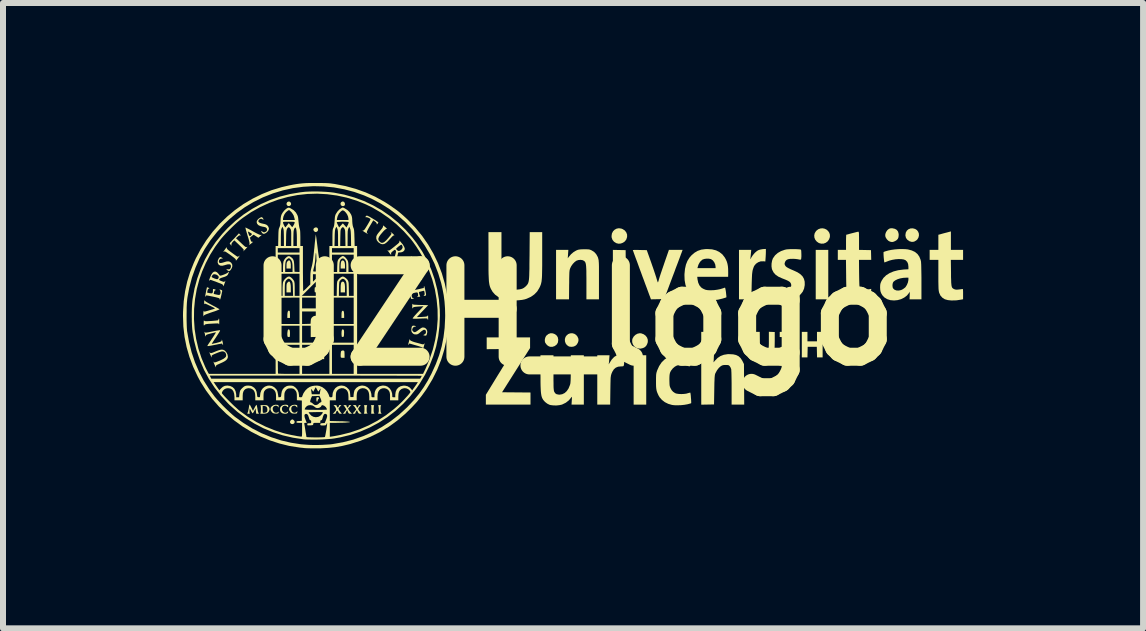
<source format=kicad_pcb>
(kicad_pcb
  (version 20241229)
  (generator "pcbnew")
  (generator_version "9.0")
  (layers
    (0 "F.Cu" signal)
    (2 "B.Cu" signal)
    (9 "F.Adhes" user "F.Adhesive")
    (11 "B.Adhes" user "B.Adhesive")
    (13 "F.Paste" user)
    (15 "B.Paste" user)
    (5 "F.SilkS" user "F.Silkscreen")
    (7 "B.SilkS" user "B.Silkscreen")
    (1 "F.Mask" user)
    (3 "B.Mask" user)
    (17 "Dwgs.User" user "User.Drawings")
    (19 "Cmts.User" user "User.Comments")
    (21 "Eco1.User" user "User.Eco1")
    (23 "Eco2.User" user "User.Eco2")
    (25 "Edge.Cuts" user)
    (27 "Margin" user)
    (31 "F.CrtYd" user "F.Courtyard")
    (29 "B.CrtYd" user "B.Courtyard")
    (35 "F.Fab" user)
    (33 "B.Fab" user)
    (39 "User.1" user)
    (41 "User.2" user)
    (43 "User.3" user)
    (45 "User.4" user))
  (footprint "UZH_logo"
    (layer "F.Cu")
    (at 6.5 2.206)
    (property "Reference" "UZH_logo" (at 0 0 0) (layer "F.SilkS") (effects (font (size 1.524 1.524) (thickness 0.3))))
    (attr board_only exclude_from_pos_files exclude_from_bom)
    (fp_poly (pts (xy 1.221 1.488) (xy 1.011 1.488) (xy 1.011 0.665) (xy 1.221 0.665)) (stroke (width 0) (type solid)) (fill yes) (layer "F.SilkS"))
    (fp_poly (pts (xy 4.255 -0.267) (xy 4.046 -0.267) (xy 4.046 -1.091) (xy 4.255 -1.091)) (stroke (width 0) (type solid)) (fill yes) (layer "F.SilkS"))
    (fp_poly (pts (xy 0.771 -1.089) (xy 0.878 -1.087) (xy 0.88 -0.677) (xy 0.881 -0.267) (xy 0.665 -0.267) (xy 0.665 -1.091)) (stroke (width 0) (type solid)) (fill yes) (layer "F.SilkS"))
    (fp_poly (pts (xy -4.729 -0.077) (xy -4.723 -0.072) (xy -4.719 -0.061) (xy -4.718 -0.041) (xy -4.717 -0.015) (xy -4.717 0.043) (xy -4.761 0.043) (xy -4.761 -0.006) (xy -4.758 -0.042) (xy -4.752 -0.066) (xy -4.741 -0.078)) (stroke (width 0) (type solid)) (fill yes) (layer "F.SilkS"))
    (fp_poly (pts (xy -3.823 -0.07) (xy -3.817 -0.049) (xy -3.814 -0.014) (xy -3.814 -0.01) (xy -3.814 0.043) (xy -3.858 0.043) (xy -3.858 -0.01) (xy -3.857 -0.042) (xy -3.853 -0.062) (xy -3.847 -0.072) (xy -3.833 -0.078)) (stroke (width 0) (type solid)) (fill yes) (layer "F.SilkS"))
    (fp_poly (pts (xy -4.719 0.59) (xy -4.709 0.604) (xy -4.704 0.629) (xy -4.703 0.661) (xy -4.703 0.708) (xy -4.768 0.708) (xy -4.768 0.655) (xy -4.767 0.622) (xy -4.762 0.601) (xy -4.753 0.589) (xy -4.738 0.585) (xy -4.734 0.585)) (stroke (width 0) (type solid)) (fill yes) (layer "F.SilkS"))
    (fp_poly (pts (xy -3.831 -0.915) (xy -3.815 -0.903) (xy -3.805 -0.879) (xy -3.8 -0.842) (xy -3.8 -0.827) (xy -3.8 -0.78) (xy -3.872 -0.78) (xy -3.872 -0.834) (xy -3.869 -0.873) (xy -3.862 -0.9) (xy -3.849 -0.914) (xy -3.832 -0.915)) (stroke (width 0) (type solid)) (fill yes) (layer "F.SilkS"))
    (fp_poly (pts (xy -4.721 -1.894) (xy -4.706 -1.881) (xy -4.699 -1.867) (xy -4.699 -1.847) (xy -4.711 -1.831) (xy -4.728 -1.822) (xy -4.748 -1.822) (xy -4.764 -1.832) (xy -4.774 -1.85) (xy -4.773 -1.869) (xy -4.763 -1.886) (xy -4.747 -1.896) (xy -4.727 -1.896)) (stroke (width 0) (type solid)) (fill yes) (layer "F.SilkS"))
    (fp_poly (pts (xy -4.716 -0.906) (xy -4.708 -0.883) (xy -4.703 -0.849) (xy -4.703 -0.833) (xy -4.703 -0.78) (xy -4.775 -0.78) (xy -4.775 -0.83) (xy -4.774 -0.86) (xy -4.77 -0.88) (xy -4.763 -0.895) (xy -4.76 -0.898) (xy -4.743 -0.914) (xy -4.728 -0.916)) (stroke (width 0) (type solid)) (fill yes) (layer "F.SilkS"))
    (fp_poly (pts (xy -4.369 0.588) (xy -4.358 0.598) (xy -4.352 0.617) (xy -4.349 0.646) (xy -4.349 0.671) (xy -4.349 0.73) (xy -4.421 0.73) (xy -4.421 0.666) (xy -4.42 0.63) (xy -4.417 0.607) (xy -4.41 0.593) (xy -4.399 0.587) (xy -4.384 0.585)) (stroke (width 0) (type solid)) (fill yes) (layer "F.SilkS"))
    (fp_poly (pts (xy -4.169 0.588) (xy -4.157 0.598) (xy -4.15 0.617) (xy -4.147 0.647) (xy -4.147 0.669) (xy -4.147 0.73) (xy -4.226 0.73) (xy -4.226 0.669) (xy -4.225 0.632) (xy -4.22 0.607) (xy -4.211 0.592) (xy -4.197 0.586) (xy -4.186 0.585)) (stroke (width 0) (type solid)) (fill yes) (layer "F.SilkS"))
    (fp_poly (pts (xy -3.819 -0.556) (xy -3.81 -0.541) (xy -3.803 -0.515) (xy -3.8 -0.477) (xy -3.8 -0.453) (xy -3.8 -0.383) (xy -3.872 -0.383) (xy -3.872 -0.457) (xy -3.871 -0.501) (xy -3.866 -0.533) (xy -3.859 -0.552) (xy -3.847 -0.561) (xy -3.834 -0.562)) (stroke (width 0) (type solid)) (fill yes) (layer "F.SilkS"))
    (fp_poly (pts (xy -4.717 -0.553) (xy -4.709 -0.529) (xy -4.704 -0.493) (xy -4.703 -0.457) (xy -4.703 -0.383) (xy -4.775 -0.383) (xy -4.775 -0.454) (xy -4.775 -0.488) (xy -4.773 -0.512) (xy -4.77 -0.528) (xy -4.764 -0.539) (xy -4.76 -0.544) (xy -4.743 -0.561) (xy -4.728 -0.564)) (stroke (width 0) (type solid)) (fill yes) (layer "F.SilkS"))
    (fp_poly (pts (xy -4.27 -1.464) (xy -4.256 -1.454) (xy -4.255 -1.453) (xy -4.248 -1.428) (xy -4.254 -1.408) (xy -4.264 -1.398) (xy -4.283 -1.388) (xy -4.299 -1.391) (xy -4.313 -1.401) (xy -4.324 -1.417) (xy -4.327 -1.429) (xy -4.321 -1.447) (xy -4.307 -1.459) (xy -4.288 -1.466)) (stroke (width 0) (type solid)) (fill yes) (layer "F.SilkS"))
    (fp_poly (pts (xy -3.824 -1.895) (xy -3.814 -1.889) (xy -3.803 -1.871) (xy -3.8 -1.85) (xy -3.806 -1.832) (xy -3.809 -1.829) (xy -3.826 -1.821) (xy -3.847 -1.822) (xy -3.865 -1.833) (xy -3.869 -1.838) (xy -3.875 -1.858) (xy -3.871 -1.876) (xy -3.859 -1.89) (xy -3.842 -1.898)) (stroke (width 0) (type solid)) (fill yes) (layer "F.SilkS"))
    (fp_poly (pts (xy 3.908 0.433) (xy 4.067 0.433) (xy 4.067 0.275) (xy 4.161 0.275) (xy 4.161 0.701) (xy 4.068 0.701) (xy 4.066 0.612) (xy 4.064 0.524) (xy 3.912 0.524) (xy 3.91 0.612) (xy 3.908 0.701) (xy 3.814 0.701) (xy 3.814 0.275) (xy 3.908 0.275)) (stroke (width 0) (type solid)) (fill yes) (layer "F.SilkS"))
    (fp_poly (pts (xy -4.663 1.74) (xy -4.648 1.754) (xy -4.639 1.77) (xy -4.638 1.777) (xy -4.644 1.796) (xy -4.66 1.809) (xy -4.678 1.813) (xy -4.696 1.809) (xy -4.706 1.802) (xy -4.715 1.787) (xy -4.717 1.777) (xy -4.712 1.76) (xy -4.699 1.745) (xy -4.683 1.735) (xy -4.678 1.734)) (stroke (width 0) (type solid)) (fill yes) (layer "F.SilkS"))
    (fp_poly (pts (xy -4.239 1.368) (xy -4.233 1.376) (xy -4.233 1.379) (xy -4.238 1.392) (xy -4.244 1.397) (xy -4.252 1.406) (xy -4.255 1.419) (xy -4.259 1.434) (xy -4.266 1.438) (xy -4.273 1.434) (xy -4.276 1.42) (xy -4.277 1.401) (xy -4.276 1.38) (xy -4.273 1.369) (xy -4.266 1.366) (xy -4.255 1.365)) (stroke (width 0) (type solid)) (fill yes) (layer "F.SilkS"))
    (fp_poly (pts (xy -4.286 -0.468) (xy -4.274 -0.466) (xy -4.268 -0.46) (xy -4.266 -0.447) (xy -4.266 -0.426) (xy -4.266 -0.403) (xy -4.269 -0.391) (xy -4.275 -0.386) (xy -4.286 -0.384) (xy -4.297 -0.384) (xy -4.303 -0.387) (xy -4.305 -0.397) (xy -4.306 -0.418) (xy -4.306 -0.426) (xy -4.305 -0.451) (xy -4.303 -0.464) (xy -4.299 -0.469) (xy -4.289 -0.469)) (stroke (width 0) (type solid)) (fill yes) (layer "F.SilkS"))
    (fp_poly (pts (xy -3.82 0.588) (xy -3.811 0.597) (xy -3.809 0.609) (xy -3.808 0.632) (xy -3.807 0.658) (xy -3.807 0.708) (xy -3.835 0.708) (xy -3.854 0.707) (xy -3.866 0.704) (xy -3.867 0.703) (xy -3.871 0.693) (xy -3.872 0.673) (xy -3.872 0.648) (xy -3.87 0.624) (xy -3.867 0.605) (xy -3.865 0.599) (xy -3.853 0.589) (xy -3.836 0.585)) (stroke (width 0) (type solid)) (fill yes) (layer "F.SilkS"))
    (fp_poly (pts (xy -4.732 0.235) (xy -4.729 0.238) (xy -4.723 0.247) (xy -4.719 0.263) (xy -4.717 0.29) (xy -4.717 0.304) (xy -4.718 0.333) (xy -4.719 0.35) (xy -4.722 0.358) (xy -4.728 0.361) (xy -4.734 0.361) (xy -4.749 0.359) (xy -4.756 0.356) (xy -4.759 0.345) (xy -4.761 0.325) (xy -4.761 0.299) (xy -4.758 0.274) (xy -4.755 0.253) (xy -4.751 0.242) (xy -4.741 0.233)) (stroke (width 0) (type solid)) (fill yes) (layer "F.SilkS"))
    (fp_poly (pts (xy -3.826 0.238) (xy -3.825 0.239) (xy -3.819 0.247) (xy -3.816 0.263) (xy -3.815 0.288) (xy -3.816 0.303) (xy -3.817 0.331) (xy -3.82 0.348) (xy -3.824 0.356) (xy -3.831 0.359) (xy -3.833 0.36) (xy -3.847 0.359) (xy -3.853 0.357) (xy -3.855 0.347) (xy -3.857 0.328) (xy -3.858 0.302) (xy -3.858 0.299) (xy -3.856 0.264) (xy -3.85 0.241) (xy -3.84 0.233)) (stroke (width 0) (type solid)) (fill yes) (layer "F.SilkS"))
    (fp_poly (pts (xy 5.703 -1.44) (xy 5.733 -1.421) (xy 5.753 -1.394) (xy 5.765 -1.362) (xy 5.766 -1.328) (xy 5.757 -1.294) (xy 5.737 -1.262) (xy 5.719 -1.247) (xy 5.685 -1.228) (xy 5.649 -1.224) (xy 5.611 -1.234) (xy 5.606 -1.237) (xy 5.572 -1.261) (xy 5.55 -1.291) (xy 5.541 -1.329) (xy 5.541 -1.339) (xy 5.547 -1.379) (xy 5.565 -1.412) (xy 5.593 -1.436) (xy 5.628 -1.449) (xy 5.665 -1.45)) (stroke (width 0) (type solid)) (fill yes) (layer "F.SilkS"))
    (fp_poly (pts (xy 0.022 0.307) (xy 0.052 0.326) (xy 0.075 0.354) (xy 0.09 0.39) (xy 0.091 0.396) (xy 0.091 0.427) (xy 0.08 0.459) (xy 0.061 0.489) (xy 0.046 0.503) (xy 0.016 0.519) (xy -0.02 0.525) (xy -0.055 0.522) (xy -0.069 0.518) (xy -0.101 0.496) (xy -0.123 0.466) (xy -0.134 0.432) (xy -0.135 0.395) (xy -0.124 0.36) (xy -0.11 0.339) (xy -0.081 0.313) (xy -0.047 0.3) (xy -0.012 0.298)) (stroke (width 0) (type solid)) (fill yes) (layer "F.SilkS"))
    (fp_poly (pts (xy 1.137 0.3) (xy 1.178 0.315) (xy 1.211 0.339) (xy 1.235 0.371) (xy 1.247 0.407) (xy 1.247 0.446) (xy 1.236 0.48) (xy 1.219 0.51) (xy 1.196 0.531) (xy 1.168 0.545) (xy 1.126 0.555) (xy 1.084 0.551) (xy 1.056 0.541) (xy 1.022 0.517) (xy 0.999 0.485) (xy 0.987 0.448) (xy 0.987 0.409) (xy 0.993 0.387) (xy 1.013 0.352) (xy 1.041 0.325) (xy 1.075 0.306) (xy 1.112 0.298)) (stroke (width 0) (type solid)) (fill yes) (layer "F.SilkS"))
    (fp_poly (pts (xy 4.195 -1.444) (xy 4.226 -1.429) (xy 4.252 -1.406) (xy 4.272 -1.377) (xy 4.282 -1.344) (xy 4.282 -1.306) (xy 4.269 -1.268) (xy 4.246 -1.234) (xy 4.214 -1.21) (xy 4.177 -1.196) (xy 4.137 -1.195) (xy 4.099 -1.205) (xy 4.064 -1.229) (xy 4.039 -1.259) (xy 4.024 -1.295) (xy 4.021 -1.332) (xy 4.029 -1.369) (xy 4.05 -1.403) (xy 4.055 -1.409) (xy 4.088 -1.435) (xy 4.124 -1.448) (xy 4.16 -1.451)) (stroke (width 0) (type solid)) (fill yes) (layer "F.SilkS"))
    (fp_poly (pts (xy -0.337 0.3) (xy -0.307 0.311) (xy -0.275 0.333) (xy -0.254 0.363) (xy -0.246 0.402) (xy -0.246 0.412) (xy -0.251 0.452) (xy -0.269 0.484) (xy -0.299 0.508) (xy -0.307 0.513) (xy -0.345 0.525) (xy -0.38 0.524) (xy -0.401 0.517) (xy -0.425 0.502) (xy -0.447 0.479) (xy -0.463 0.455) (xy -0.467 0.443) (xy -0.47 0.409) (xy -0.463 0.375) (xy -0.449 0.345) (xy -0.443 0.338) (xy -0.41 0.311) (xy -0.374 0.298)) (stroke (width 0) (type solid)) (fill yes) (layer "F.SilkS"))
    (fp_poly (pts (xy 0.806 -1.446) (xy 0.827 -1.438) (xy 0.863 -1.415) (xy 0.888 -1.383) (xy 0.902 -1.346) (xy 0.902 -1.306) (xy 0.889 -1.265) (xy 0.888 -1.264) (xy 0.865 -1.233) (xy 0.834 -1.211) (xy 0.797 -1.197) (xy 0.759 -1.194) (xy 0.723 -1.203) (xy 0.722 -1.203) (xy 0.684 -1.227) (xy 0.659 -1.257) (xy 0.645 -1.295) (xy 0.643 -1.322) (xy 0.649 -1.364) (xy 0.667 -1.4) (xy 0.694 -1.427) (xy 0.727 -1.445) (xy 0.765 -1.452)) (stroke (width 0) (type solid)) (fill yes) (layer "F.SilkS"))
    (fp_poly (pts (xy -0.715 0.457) (xy -0.715 0.545) (xy -0.949 0.914) (xy -1.182 1.282) (xy -0.945 1.284) (xy -0.708 1.286) (xy -0.708 1.488) (xy -1.452 1.488) (xy -1.452 1.324) (xy -1.249 0.992) (xy -1.209 0.928) (xy -1.171 0.865) (xy -1.134 0.807) (xy -1.101 0.753) (xy -1.071 0.705) (xy -1.047 0.666) (xy -1.027 0.635) (xy -1.014 0.615) (xy -1.011 0.61) (xy -0.977 0.56) (xy -1.207 0.562) (xy -1.438 0.564) (xy -1.438 0.368) (xy -0.715 0.368)) (stroke (width 0) (type solid)) (fill yes) (layer "F.SilkS"))
    (fp_poly (pts (xy -3.323 1.497) (xy -3.313 1.499) (xy -3.314 1.5) (xy -3.318 1.508) (xy -3.321 1.526) (xy -3.323 1.55) (xy -3.323 1.576) (xy -3.322 1.6) (xy -3.32 1.618) (xy -3.316 1.625) (xy -3.316 1.625) (xy -3.309 1.631) (xy -3.309 1.633) (xy -3.315 1.637) (xy -3.331 1.64) (xy -3.336 1.64) (xy -3.363 1.64) (xy -3.36 1.574) (xy -3.36 1.54) (xy -3.361 1.518) (xy -3.364 1.506) (xy -3.367 1.502) (xy -3.368 1.498) (xy -3.354 1.496) (xy -3.341 1.496)) (stroke (width 0) (type solid)) (fill yes) (layer "F.SilkS"))
    (fp_poly (pts (xy 5.324 -1.451) (xy 5.325 -1.451) (xy 5.366 -1.442) (xy 5.397 -1.424) (xy 5.418 -1.396) (xy 5.428 -1.358) (xy 5.429 -1.339) (xy 5.425 -1.301) (xy 5.413 -1.273) (xy 5.391 -1.251) (xy 5.367 -1.237) (xy 5.34 -1.226) (xy 5.318 -1.222) (xy 5.291 -1.227) (xy 5.283 -1.229) (xy 5.258 -1.242) (xy 5.234 -1.265) (xy 5.215 -1.293) (xy 5.205 -1.321) (xy 5.206 -1.354) (xy 5.218 -1.388) (xy 5.239 -1.419) (xy 5.259 -1.436) (xy 5.278 -1.447) (xy 5.297 -1.451)) (stroke (width 0) (type solid)) (fill yes) (layer "F.SilkS"))
    (fp_poly (pts (xy -3.438 1.497) (xy -3.429 1.499) (xy -3.43 1.5) (xy -3.434 1.508) (xy -3.437 1.526) (xy -3.439 1.55) (xy -3.439 1.576) (xy -3.438 1.6) (xy -3.436 1.618) (xy -3.432 1.625) (xy -3.431 1.625) (xy -3.424 1.631) (xy -3.424 1.633) (xy -3.431 1.637) (xy -3.447 1.639) (xy -3.458 1.64) (xy -3.478 1.639) (xy -3.486 1.636) (xy -3.483 1.631) (xy -3.479 1.62) (xy -3.476 1.599) (xy -3.475 1.573) (xy -3.475 1.546) (xy -3.477 1.522) (xy -3.48 1.506) (xy -3.484 1.5) (xy -3.483 1.498) (xy -3.47 1.497) (xy -3.457 1.497)) (stroke (width 0) (type solid)) (fill yes) (layer "F.SilkS"))
    (fp_poly (pts (xy -3.205 1.497) (xy -3.197 1.499) (xy -3.198 1.5) (xy -3.204 1.509) (xy -3.207 1.53) (xy -3.208 1.562) (xy -3.207 1.593) (xy -3.205 1.613) (xy -3.2 1.624) (xy -3.195 1.63) (xy -3.189 1.636) (xy -3.192 1.638) (xy -3.208 1.64) (xy -3.217 1.64) (xy -3.237 1.638) (xy -3.249 1.635) (xy -3.251 1.633) (xy -3.245 1.626) (xy -3.244 1.625) (xy -3.24 1.619) (xy -3.237 1.602) (xy -3.236 1.579) (xy -3.237 1.553) (xy -3.239 1.53) (xy -3.242 1.512) (xy -3.245 1.504) (xy -3.247 1.499) (xy -3.239 1.496) (xy -3.222 1.496)) (stroke (width 0) (type solid)) (fill yes) (layer "F.SilkS"))
    (fp_poly (pts (xy -4.772 1.491) (xy -4.754 1.496) (xy -4.747 1.505) (xy -4.746 1.514) (xy -4.748 1.529) (xy -4.755 1.53) (xy -4.764 1.521) (xy -4.781 1.509) (xy -4.804 1.505) (xy -4.826 1.511) (xy -4.833 1.516) (xy -4.848 1.536) (xy -4.852 1.561) (xy -4.846 1.587) (xy -4.831 1.608) (xy -4.806 1.623) (xy -4.782 1.623) (xy -4.761 1.61) (xy -4.761 1.61) (xy -4.75 1.601) (xy -4.746 1.605) (xy -4.75 1.617) (xy -4.754 1.626) (xy -4.766 1.635) (xy -4.787 1.64) (xy -4.813 1.639) (xy -4.838 1.634) (xy -4.849 1.629) (xy -4.87 1.612) (xy -4.881 1.589) (xy -4.884 1.562) (xy -4.877 1.532) (xy -4.859 1.51) (xy -4.833 1.495) (xy -4.799 1.489)) (stroke (width 0) (type solid)) (fill yes) (layer "F.SilkS"))
    (fp_poly (pts (xy -4.621 1.491) (xy -4.603 1.496) (xy -4.596 1.504) (xy -4.595 1.517) (xy -4.595 1.538) (xy -4.613 1.52) (xy -4.629 1.507) (xy -4.646 1.504) (xy -4.655 1.506) (xy -4.678 1.515) (xy -4.692 1.533) (xy -4.696 1.561) (xy -4.69 1.588) (xy -4.677 1.608) (xy -4.657 1.621) (xy -4.636 1.624) (xy -4.615 1.616) (xy -4.609 1.611) (xy -4.593 1.595) (xy -4.596 1.616) (xy -4.598 1.628) (xy -4.605 1.634) (xy -4.62 1.637) (xy -4.634 1.638) (xy -4.659 1.637) (xy -4.679 1.635) (xy -4.686 1.633) (xy -4.707 1.617) (xy -4.724 1.593) (xy -4.732 1.567) (xy -4.732 1.564) (xy -4.725 1.536) (xy -4.707 1.513) (xy -4.681 1.497) (xy -4.649 1.49)) (stroke (width 0) (type solid)) (fill yes) (layer "F.SilkS"))
    (fp_poly (pts (xy -4.931 1.491) (xy -4.914 1.496) (xy -4.907 1.504) (xy -4.906 1.519) (xy -4.906 1.534) (xy -4.909 1.536) (xy -4.914 1.526) (xy -4.928 1.511) (xy -4.948 1.505) (xy -4.969 1.508) (xy -4.989 1.519) (xy -5.002 1.537) (xy -5.005 1.549) (xy -5.003 1.577) (xy -4.992 1.6) (xy -4.975 1.617) (xy -4.954 1.624) (xy -4.932 1.622) (xy -4.918 1.613) (xy -4.908 1.605) (xy -4.905 1.608) (xy -4.906 1.618) (xy -4.909 1.629) (xy -4.917 1.635) (xy -4.934 1.637) (xy -4.945 1.638) (xy -4.975 1.636) (xy -4.999 1.63) (xy -5.001 1.629) (xy -5.02 1.612) (xy -5.035 1.589) (xy -5.042 1.565) (xy -5.042 1.563) (xy -5.036 1.536) (xy -5.018 1.514) (xy -4.992 1.498) (xy -4.961 1.49)) (stroke (width 0) (type solid)) (fill yes) (layer "F.SilkS"))
    (fp_poly (pts (xy -2.72 0.4) (xy -2.716 0.41) (xy -2.71 0.418) (xy -2.696 0.426) (xy -2.673 0.436) (xy -2.641 0.447) (xy -2.596 0.459) (xy -2.541 0.474) (xy -2.515 0.481) (xy -2.5 0.483) (xy -2.491 0.482) (xy -2.484 0.477) (xy -2.481 0.473) (xy -2.473 0.465) (xy -2.473 0.47) (xy -2.476 0.482) (xy -2.482 0.504) (xy -2.485 0.518) (xy -2.492 0.539) (xy -2.498 0.553) (xy -2.501 0.556) (xy -2.505 0.552) (xy -2.504 0.55) (xy -2.503 0.544) (xy -2.508 0.538) (xy -2.522 0.53) (xy -2.546 0.522) (xy -2.58 0.511) (xy -2.622 0.499) (xy -2.727 0.469) (xy -2.739 0.486) (xy -2.746 0.493) (xy -2.748 0.492) (xy -2.746 0.482) (xy -2.74 0.461) (xy -2.738 0.452) (xy -2.731 0.426) (xy -2.726 0.407) (xy -2.723 0.398) (xy -2.723 0.397)) (stroke (width 0) (type solid)) (fill yes) (layer "F.SilkS"))
    (fp_poly (pts (xy 0.855 0.731) (xy 0.853 0.775) (xy 0.852 0.807) (xy 0.849 0.828) (xy 0.845 0.841) (xy 0.837 0.848) (xy 0.826 0.85) (xy 0.81 0.851) (xy 0.8 0.851) (xy 0.752 0.856) (xy 0.713 0.872) (xy 0.681 0.9) (xy 0.656 0.94) (xy 0.641 0.975) (xy 0.637 0.989) (xy 0.633 1.003) (xy 0.631 1.019) (xy 0.628 1.039) (xy 0.627 1.064) (xy 0.626 1.096) (xy 0.625 1.138) (xy 0.624 1.19) (xy 0.623 1.255) (xy 0.62 1.488) (xy 0.405 1.488) (xy 0.405 0.665) (xy 0.609 0.665) (xy 0.604 0.733) (xy 0.602 0.764) (xy 0.599 0.791) (xy 0.596 0.809) (xy 0.595 0.814) (xy 0.596 0.815) (xy 0.602 0.806) (xy 0.612 0.789) (xy 0.647 0.735) (xy 0.687 0.693) (xy 0.733 0.665) (xy 0.785 0.648) (xy 0.812 0.645) (xy 0.858 0.641)) (stroke (width 0) (type solid)) (fill yes) (layer "F.SilkS"))
    (fp_poly (pts (xy 3.215 -1.057) (xy 3.214 -1.022) (xy 3.212 -0.982) (xy 3.21 -0.952) (xy 3.206 -0.898) (xy 3.174 -0.901) (xy 3.129 -0.9) (xy 3.087 -0.885) (xy 3.05 -0.86) (xy 3.022 -0.826) (xy 3.014 -0.81) (xy 3.006 -0.788) (xy 2.999 -0.767) (xy 2.993 -0.744) (xy 2.989 -0.717) (xy 2.985 -0.684) (xy 2.983 -0.644) (xy 2.981 -0.594) (xy 2.979 -0.533) (xy 2.978 -0.486) (xy 2.974 -0.267) (xy 2.767 -0.267) (xy 2.767 -1.091) (xy 2.971 -1.091) (xy 2.966 -1.035) (xy 2.963 -1.004) (xy 2.96 -0.975) (xy 2.958 -0.955) (xy 2.957 -0.954) (xy 2.956 -0.941) (xy 2.957 -0.937) (xy 2.962 -0.945) (xy 2.973 -0.964) (xy 2.974 -0.967) (xy 3 -1.006) (xy 3.032 -1.043) (xy 3.066 -1.072) (xy 3.087 -1.085) (xy 3.116 -1.095) (xy 3.152 -1.102) (xy 3.166 -1.104) (xy 3.215 -1.107)) (stroke (width 0) (type solid)) (fill yes) (layer "F.SilkS"))
    (fp_poly (pts (xy -5.768 -1.127) (xy -5.77 -1.121) (xy -5.768 -1.113) (xy -5.76 -1.102) (xy -5.744 -1.087) (xy -5.718 -1.067) (xy -5.695 -1.05) (xy -5.657 -1.022) (xy -5.629 -1.002) (xy -5.609 -0.988) (xy -5.596 -0.98) (xy -5.587 -0.977) (xy -5.58 -0.978) (xy -5.575 -0.982) (xy -5.57 -0.986) (xy -5.559 -0.995) (xy -5.556 -0.993) (xy -5.563 -0.981) (xy -5.577 -0.96) (xy -5.585 -0.95) (xy -5.604 -0.925) (xy -5.616 -0.913) (xy -5.62 -0.912) (xy -5.618 -0.921) (xy -5.619 -0.929) (xy -5.627 -0.94) (xy -5.644 -0.956) (xy -5.671 -0.977) (xy -5.707 -1.004) (xy -5.744 -1.03) (xy -5.772 -1.049) (xy -5.79 -1.06) (xy -5.802 -1.065) (xy -5.811 -1.065) (xy -5.818 -1.062) (xy -5.828 -1.056) (xy -5.828 -1.059) (xy -5.821 -1.07) (xy -5.808 -1.088) (xy -5.793 -1.109) (xy -5.792 -1.111) (xy -5.778 -1.128) (xy -5.77 -1.134)) (stroke (width 0) (type solid)) (fill yes) (layer "F.SilkS"))
    (fp_poly (pts (xy 3.72 0.316) (xy 3.72 0.331) (xy 3.718 0.344) (xy 3.715 0.357) (xy 3.707 0.374) (xy 3.696 0.395) (xy 3.679 0.423) (xy 3.656 0.46) (xy 3.645 0.479) (xy 3.621 0.517) (xy 3.601 0.55) (xy 3.585 0.576) (xy 3.574 0.595) (xy 3.569 0.604) (xy 3.569 0.604) (xy 3.575 0.605) (xy 3.594 0.606) (xy 3.621 0.607) (xy 3.649 0.607) (xy 3.728 0.607) (xy 3.726 0.652) (xy 3.724 0.697) (xy 3.586 0.699) (xy 3.543 0.699) (xy 3.505 0.699) (xy 3.474 0.699) (xy 3.453 0.698) (xy 3.444 0.696) (xy 3.444 0.696) (xy 3.441 0.686) (xy 3.439 0.668) (xy 3.439 0.658) (xy 3.44 0.645) (xy 3.443 0.632) (xy 3.449 0.616) (xy 3.459 0.595) (xy 3.474 0.568) (xy 3.495 0.532) (xy 3.518 0.495) (xy 3.596 0.365) (xy 3.521 0.363) (xy 3.446 0.361) (xy 3.446 0.275) (xy 3.72 0.275)) (stroke (width 0) (type solid)) (fill yes) (layer "F.SilkS"))
    (fp_poly (pts (xy -5.898 0.058) (xy -5.896 0.076) (xy -5.896 0.106) (xy -5.896 0.106) (xy -5.896 0.131) (xy -5.898 0.147) (xy -5.899 0.152) (xy -5.9 0.151) (xy -5.907 0.138) (xy -5.912 0.135) (xy -5.922 0.134) (xy -5.943 0.135) (xy -5.974 0.136) (xy -6.01 0.138) (xy -6.025 0.139) (xy -6.067 0.141) (xy -6.096 0.144) (xy -6.116 0.147) (xy -6.129 0.151) (xy -6.137 0.156) (xy -6.142 0.161) (xy -6.149 0.169) (xy -6.152 0.169) (xy -6.154 0.16) (xy -6.155 0.14) (xy -6.155 0.127) (xy -6.154 0.101) (xy -6.153 0.088) (xy -6.15 0.085) (xy -6.146 0.089) (xy -6.141 0.093) (xy -6.134 0.096) (xy -6.121 0.098) (xy -6.101 0.098) (xy -6.071 0.096) (xy -6.029 0.094) (xy -5.991 0.091) (xy -5.958 0.088) (xy -5.933 0.085) (xy -5.918 0.083) (xy -5.916 0.082) (xy -5.91 0.073) (xy -5.909 0.069) (xy -5.905 0.057) (xy -5.902 0.054)) (stroke (width 0) (type solid)) (fill yes) (layer "F.SilkS"))
    (fp_poly (pts (xy -2.695 -0.983) (xy -2.685 -0.967) (xy -2.674 -0.948) (xy -2.659 -0.923) (xy -2.653 -0.909) (xy -2.653 -0.904) (xy -2.661 -0.909) (xy -2.662 -0.91) (xy -2.669 -0.913) (xy -2.679 -0.911) (xy -2.696 -0.904) (xy -2.721 -0.891) (xy -2.75 -0.874) (xy -2.794 -0.848) (xy -2.826 -0.829) (xy -2.848 -0.814) (xy -2.862 -0.802) (xy -2.869 -0.793) (xy -2.87 -0.785) (xy -2.868 -0.78) (xy -2.864 -0.769) (xy -2.866 -0.766) (xy -2.872 -0.772) (xy -2.882 -0.787) (xy -2.895 -0.809) (xy -2.896 -0.81) (xy -2.907 -0.832) (xy -2.914 -0.849) (xy -2.916 -0.858) (xy -2.916 -0.858) (xy -2.912 -0.857) (xy -2.911 -0.854) (xy -2.908 -0.847) (xy -2.899 -0.846) (xy -2.881 -0.852) (xy -2.854 -0.866) (xy -2.817 -0.886) (xy -2.792 -0.901) (xy -2.756 -0.923) (xy -2.73 -0.939) (xy -2.713 -0.951) (xy -2.704 -0.961) (xy -2.7 -0.968) (xy -2.7 -0.975) (xy -2.701 -0.985) (xy -2.7 -0.988)) (stroke (width 0) (type solid)) (fill yes) (layer "F.SilkS"))
    (fp_poly (pts (xy -3.721 1.525) (xy -3.749 1.555) (xy -3.736 1.577) (xy -3.723 1.597) (xy -3.705 1.617) (xy -3.704 1.619) (xy -3.683 1.64) (xy -3.711 1.64) (xy -3.728 1.639) (xy -3.739 1.632) (xy -3.748 1.618) (xy -3.751 1.609) (xy -3.764 1.579) (xy -3.778 1.6) (xy -3.787 1.617) (xy -3.79 1.63) (xy -3.789 1.631) (xy -3.792 1.637) (xy -3.808 1.64) (xy -3.813 1.64) (xy -3.829 1.639) (xy -3.833 1.636) (xy -3.828 1.631) (xy -3.817 1.62) (xy -3.803 1.602) (xy -3.797 1.595) (xy -3.777 1.568) (xy -3.796 1.536) (xy -3.809 1.517) (xy -3.821 1.503) (xy -3.827 1.5) (xy -3.828 1.498) (xy -3.817 1.497) (xy -3.806 1.496) (xy -3.784 1.497) (xy -3.775 1.501) (xy -3.775 1.504) (xy -3.773 1.517) (xy -3.767 1.527) (xy -3.759 1.537) (xy -3.752 1.535) (xy -3.746 1.527) (xy -3.739 1.513) (xy -3.738 1.504) (xy -3.735 1.498) (xy -3.718 1.495) (xy -3.694 1.495)) (stroke (width 0) (type solid)) (fill yes) (layer "F.SilkS"))
    (fp_poly (pts (xy 3.363 0.278) (xy 3.363 0.426) (xy 3.362 0.484) (xy 3.361 0.529) (xy 3.359 0.563) (xy 3.355 0.59) (xy 3.349 0.611) (xy 3.341 0.628) (xy 3.331 0.644) (xy 3.325 0.651) (xy 3.306 0.668) (xy 3.283 0.684) (xy 3.278 0.687) (xy 3.246 0.698) (xy 3.207 0.704) (xy 3.165 0.705) (xy 3.127 0.7) (xy 3.12 0.698) (xy 3.083 0.685) (xy 3.057 0.667) (xy 3.037 0.642) (xy 3.033 0.634) (xy 3.027 0.623) (xy 3.023 0.612) (xy 3.02 0.598) (xy 3.018 0.579) (xy 3.017 0.553) (xy 3.015 0.518) (xy 3.014 0.472) (xy 3.014 0.439) (xy 3.011 0.275) (xy 3.113 0.275) (xy 3.115 0.43) (xy 3.117 0.586) (xy 3.137 0.604) (xy 3.162 0.618) (xy 3.191 0.622) (xy 3.219 0.618) (xy 3.242 0.605) (xy 3.257 0.585) (xy 3.258 0.583) (xy 3.26 0.569) (xy 3.262 0.542) (xy 3.264 0.506) (xy 3.265 0.463) (xy 3.265 0.418) (xy 3.265 0.274)) (stroke (width 0) (type solid)) (fill yes) (layer "F.SilkS"))
    (fp_poly (pts (xy -5.129 1.496) (xy -5.11 1.497) (xy -5.097 1.501) (xy -5.086 1.509) (xy -5.078 1.517) (xy -5.06 1.543) (xy -5.057 1.57) (xy -5.067 1.599) (xy -5.078 1.613) (xy -5.089 1.624) (xy -5.1 1.631) (xy -5.114 1.635) (xy -5.136 1.638) (xy -5.159 1.639) (xy -5.189 1.64) (xy -5.206 1.639) (xy -5.212 1.637) (xy -5.211 1.632) (xy -5.21 1.632) (xy -5.205 1.619) (xy -5.202 1.593) (xy -5.201 1.563) (xy -5.201 1.563) (xy -5.172 1.563) (xy -5.172 1.589) (xy -5.17 1.61) (xy -5.168 1.62) (xy -5.168 1.621) (xy -5.155 1.625) (xy -5.135 1.624) (xy -5.115 1.618) (xy -5.109 1.614) (xy -5.098 1.603) (xy -5.094 1.585) (xy -5.093 1.571) (xy -5.098 1.54) (xy -5.112 1.52) (xy -5.136 1.511) (xy -5.147 1.51) (xy -5.172 1.51) (xy -5.172 1.563) (xy -5.201 1.563) (xy -5.202 1.529) (xy -5.205 1.508) (xy -5.21 1.5) (xy -5.208 1.498) (xy -5.194 1.497) (xy -5.171 1.496) (xy -5.159 1.496)) (stroke (width 0) (type solid)) (fill yes) (layer "F.SilkS"))
    (fp_poly (pts (xy -5.863 -0.968) (xy -5.852 -0.961) (xy -5.833 -0.947) (xy -5.856 -0.947) (xy -5.88 -0.94) (xy -5.897 -0.923) (xy -5.902 -0.901) (xy -5.899 -0.883) (xy -5.887 -0.873) (xy -5.867 -0.872) (xy -5.836 -0.879) (xy -5.817 -0.885) (xy -5.777 -0.897) (xy -5.747 -0.9) (xy -5.723 -0.895) (xy -5.702 -0.881) (xy -5.697 -0.877) (xy -5.681 -0.851) (xy -5.677 -0.821) (xy -5.686 -0.789) (xy -5.705 -0.758) (xy -5.709 -0.753) (xy -5.723 -0.741) (xy -5.736 -0.738) (xy -5.753 -0.746) (xy -5.759 -0.75) (xy -5.775 -0.761) (xy -5.777 -0.766) (xy -5.766 -0.768) (xy -5.751 -0.767) (xy -5.731 -0.767) (xy -5.718 -0.773) (xy -5.712 -0.781) (xy -5.702 -0.803) (xy -5.701 -0.825) (xy -5.707 -0.843) (xy -5.708 -0.844) (xy -5.726 -0.851) (xy -5.754 -0.85) (xy -5.791 -0.841) (xy -5.802 -0.837) (xy -5.843 -0.827) (xy -5.875 -0.828) (xy -5.901 -0.841) (xy -5.909 -0.85) (xy -5.922 -0.877) (xy -5.921 -0.909) (xy -5.907 -0.943) (xy -5.892 -0.964) (xy -5.878 -0.972)) (stroke (width 0) (type solid)) (fill yes) (layer "F.SilkS"))
    (fp_poly (pts (xy -5.386 1.489) (xy -5.382 1.496) (xy -5.373 1.513) (xy -5.361 1.537) (xy -5.358 1.542) (xy -5.333 1.593) (xy -5.307 1.54) (xy -5.294 1.516) (xy -5.283 1.499) (xy -5.276 1.491) (xy -5.275 1.491) (xy -5.271 1.499) (xy -5.266 1.519) (xy -5.261 1.545) (xy -5.259 1.558) (xy -5.253 1.595) (xy -5.245 1.62) (xy -5.238 1.631) (xy -5.233 1.636) (xy -5.238 1.639) (xy -5.253 1.64) (xy -5.279 1.64) (xy -5.285 1.595) (xy -5.29 1.55) (xy -5.311 1.591) (xy -5.323 1.613) (xy -5.333 1.628) (xy -5.339 1.633) (xy -5.345 1.627) (xy -5.356 1.611) (xy -5.366 1.592) (xy -5.387 1.551) (xy -5.391 1.586) (xy -5.392 1.61) (xy -5.39 1.627) (xy -5.388 1.631) (xy -5.386 1.637) (xy -5.395 1.64) (xy -5.407 1.64) (xy -5.423 1.639) (xy -5.429 1.636) (xy -5.425 1.627) (xy -5.423 1.624) (xy -5.417 1.609) (xy -5.411 1.584) (xy -5.405 1.555) (xy -5.404 1.55) (xy -5.399 1.517) (xy -5.395 1.497) (xy -5.391 1.488) (xy -5.387 1.488)) (stroke (width 0) (type solid)) (fill yes) (layer "F.SilkS"))
    (fp_poly (pts (xy -2.627 -0.774) (xy -2.591 -0.755) (xy -2.562 -0.724) (xy -2.538 -0.68) (xy -2.528 -0.652) (xy -2.521 -0.628) (xy -2.516 -0.61) (xy -2.514 -0.603) (xy -2.52 -0.598) (xy -2.534 -0.591) (xy -2.552 -0.584) (xy -2.567 -0.579) (xy -2.574 -0.578) (xy -2.575 -0.582) (xy -2.567 -0.592) (xy -2.566 -0.593) (xy -2.554 -0.613) (xy -2.551 -0.64) (xy -2.555 -0.669) (xy -2.566 -0.698) (xy -2.583 -0.72) (xy -2.594 -0.728) (xy -2.621 -0.737) (xy -2.654 -0.737) (xy -2.689 -0.729) (xy -2.721 -0.713) (xy -2.737 -0.701) (xy -2.757 -0.674) (xy -2.77 -0.642) (xy -2.774 -0.616) (xy -2.768 -0.588) (xy -2.753 -0.561) (xy -2.733 -0.54) (xy -2.717 -0.531) (xy -2.701 -0.525) (xy -2.698 -0.522) (xy -2.706 -0.519) (xy -2.709 -0.518) (xy -2.735 -0.513) (xy -2.752 -0.517) (xy -2.758 -0.522) (xy -2.774 -0.547) (xy -2.788 -0.58) (xy -2.798 -0.614) (xy -2.801 -0.628) (xy -2.799 -0.672) (xy -2.786 -0.711) (xy -2.762 -0.743) (xy -2.73 -0.766) (xy -2.69 -0.779) (xy -2.669 -0.78)) (stroke (width 0) (type solid)) (fill yes) (layer "F.SilkS"))
    (fp_poly (pts (xy -5.176 -1.629) (xy -5.171 -1.624) (xy -5.161 -1.608) (xy -5.158 -1.597) (xy -5.161 -1.593) (xy -5.171 -1.599) (xy -5.192 -1.61) (xy -5.215 -1.607) (xy -5.23 -1.597) (xy -5.244 -1.577) (xy -5.243 -1.561) (xy -5.229 -1.547) (xy -5.2 -1.535) (xy -5.17 -1.528) (xy -5.133 -1.52) (xy -5.107 -1.509) (xy -5.089 -1.494) (xy -5.076 -1.474) (xy -5.074 -1.468) (xy -5.068 -1.45) (xy -5.069 -1.436) (xy -5.076 -1.417) (xy -5.093 -1.393) (xy -5.116 -1.373) (xy -5.141 -1.361) (xy -5.156 -1.358) (xy -5.173 -1.365) (xy -5.187 -1.381) (xy -5.196 -1.399) (xy -5.197 -1.407) (xy -5.187 -1.403) (xy -5.175 -1.395) (xy -5.158 -1.385) (xy -5.143 -1.384) (xy -5.132 -1.387) (xy -5.11 -1.401) (xy -5.099 -1.42) (xy -5.101 -1.443) (xy -5.11 -1.457) (xy -5.126 -1.468) (xy -5.153 -1.475) (xy -5.169 -1.477) (xy -5.212 -1.488) (xy -5.244 -1.504) (xy -5.264 -1.526) (xy -5.272 -1.552) (xy -5.27 -1.568) (xy -5.26 -1.589) (xy -5.24 -1.61) (xy -5.215 -1.627) (xy -5.202 -1.634) (xy -5.187 -1.637)) (stroke (width 0) (type solid)) (fill yes) (layer "F.SilkS"))
    (fp_poly (pts (xy -3.884 1.522) (xy -3.898 1.539) (xy -3.907 1.552) (xy -3.908 1.557) (xy -3.904 1.568) (xy -3.894 1.585) (xy -3.88 1.605) (xy -3.867 1.622) (xy -3.858 1.631) (xy -3.853 1.636) (xy -3.858 1.639) (xy -3.873 1.64) (xy -3.891 1.638) (xy -3.902 1.63) (xy -3.91 1.615) (xy -3.92 1.598) (xy -3.928 1.59) (xy -3.93 1.589) (xy -3.938 1.595) (xy -3.947 1.609) (xy -3.953 1.624) (xy -3.953 1.631) (xy -3.958 1.637) (xy -3.976 1.64) (xy -3.977 1.64) (xy -4.003 1.64) (xy -3.977 1.614) (xy -3.962 1.596) (xy -3.95 1.58) (xy -3.948 1.574) (xy -3.949 1.559) (xy -3.957 1.538) (xy -3.97 1.519) (xy -3.984 1.504) (xy -3.986 1.503) (xy -3.991 1.498) (xy -3.983 1.496) (xy -3.967 1.496) (xy -3.95 1.497) (xy -3.94 1.5) (xy -3.94 1.502) (xy -3.939 1.512) (xy -3.931 1.524) (xy -3.918 1.54) (xy -3.906 1.522) (xy -3.899 1.508) (xy -3.902 1.501) (xy -3.903 1.5) (xy -3.903 1.498) (xy -3.891 1.496) (xy -3.886 1.496) (xy -3.859 1.495)) (stroke (width 0) (type solid)) (fill yes) (layer "F.SilkS"))
    (fp_poly (pts (xy -2.75 0.589) (xy -2.727 0.603) (xy -2.719 0.609) (xy -2.721 0.612) (xy -2.735 0.613) (xy -2.741 0.613) (xy -2.764 0.615) (xy -2.779 0.624) (xy -2.782 0.628) (xy -2.794 0.65) (xy -2.794 0.672) (xy -2.784 0.69) (xy -2.766 0.7) (xy -2.756 0.701) (xy -2.741 0.698) (xy -2.718 0.69) (xy -2.693 0.679) (xy -2.661 0.665) (xy -2.636 0.659) (xy -2.616 0.66) (xy -2.595 0.667) (xy -2.594 0.668) (xy -2.574 0.686) (xy -2.564 0.711) (xy -2.563 0.741) (xy -2.572 0.772) (xy -2.585 0.793) (xy -2.594 0.802) (xy -2.602 0.804) (xy -2.617 0.799) (xy -2.622 0.796) (xy -2.648 0.785) (xy -2.624 0.782) (xy -2.601 0.773) (xy -2.585 0.756) (xy -2.581 0.734) (xy -2.582 0.726) (xy -2.591 0.71) (xy -2.608 0.704) (xy -2.633 0.708) (xy -2.667 0.722) (xy -2.71 0.739) (xy -2.746 0.744) (xy -2.776 0.737) (xy -2.791 0.727) (xy -2.805 0.709) (xy -2.814 0.69) (xy -2.814 0.69) (xy -2.815 0.665) (xy -2.809 0.636) (xy -2.796 0.609) (xy -2.79 0.599) (xy -2.772 0.588)) (stroke (width 0) (type solid)) (fill yes) (layer "F.SilkS"))
    (fp_poly (pts (xy -5.549 -1.347) (xy -5.537 -1.335) (xy -5.536 -1.33) (xy -5.543 -1.332) (xy -5.546 -1.332) (xy -5.559 -1.333) (xy -5.575 -1.324) (xy -5.589 -1.311) (xy -5.617 -1.286) (xy -5.548 -1.221) (xy -5.514 -1.189) (xy -5.489 -1.166) (xy -5.471 -1.15) (xy -5.458 -1.141) (xy -5.448 -1.138) (xy -5.44 -1.138) (xy -5.432 -1.142) (xy -5.431 -1.142) (xy -5.427 -1.142) (xy -5.432 -1.133) (xy -5.447 -1.116) (xy -5.45 -1.112) (xy -5.468 -1.093) (xy -5.483 -1.079) (xy -5.494 -1.07) (xy -5.499 -1.067) (xy -5.496 -1.073) (xy -5.49 -1.08) (xy -5.487 -1.085) (xy -5.487 -1.092) (xy -5.493 -1.101) (xy -5.504 -1.114) (xy -5.523 -1.134) (xy -5.551 -1.161) (xy -5.562 -1.172) (xy -5.644 -1.25) (xy -5.668 -1.227) (xy -5.687 -1.204) (xy -5.693 -1.182) (xy -5.693 -1.182) (xy -5.693 -1.159) (xy -5.707 -1.178) (xy -5.717 -1.191) (xy -5.721 -1.2) (xy -5.721 -1.2) (xy -5.717 -1.207) (xy -5.705 -1.221) (xy -5.687 -1.239) (xy -5.687 -1.24) (xy -5.665 -1.263) (xy -5.638 -1.291) (xy -5.613 -1.318) (xy -5.61 -1.321) (xy -5.568 -1.367)) (stroke (width 0) (type solid)) (fill yes) (layer "F.SilkS"))
    (fp_poly (pts (xy 6.299 -1.091) (xy 6.502 -1.091) (xy 6.502 -0.925) (xy 6.298 -0.925) (xy 6.301 -0.71) (xy 6.301 -0.643) (xy 6.303 -0.59) (xy 6.304 -0.548) (xy 6.307 -0.515) (xy 6.31 -0.491) (xy 6.315 -0.473) (xy 6.321 -0.46) (xy 6.33 -0.451) (xy 6.34 -0.444) (xy 6.35 -0.438) (xy 6.369 -0.431) (xy 6.39 -0.428) (xy 6.418 -0.429) (xy 6.422 -0.43) (xy 6.449 -0.433) (xy 6.473 -0.436) (xy 6.485 -0.438) (xy 6.492 -0.439) (xy 6.497 -0.438) (xy 6.5 -0.431) (xy 6.501 -0.416) (xy 6.502 -0.391) (xy 6.502 -0.355) (xy 6.502 -0.268) (xy 6.482 -0.264) (xy 6.391 -0.25) (xy 6.308 -0.248) (xy 6.249 -0.254) (xy 6.198 -0.268) (xy 6.157 -0.294) (xy 6.125 -0.329) (xy 6.104 -0.375) (xy 6.101 -0.386) (xy 6.098 -0.401) (xy 6.095 -0.42) (xy 6.093 -0.444) (xy 6.092 -0.474) (xy 6.091 -0.514) (xy 6.09 -0.563) (xy 6.09 -0.625) (xy 6.09 -0.677) (xy 6.09 -0.925) (xy 5.945 -0.925) (xy 5.945 -1.091) (xy 6.09 -1.091) (xy 6.09 -1.343) (xy 6.121 -1.351) (xy 6.141 -1.357) (xy 6.17 -1.365) (xy 6.204 -1.374) (xy 6.225 -1.379) (xy 6.299 -1.399)) (stroke (width 0) (type solid)) (fill yes) (layer "F.SilkS"))
    (fp_poly (pts (xy -3.54 1.496) (xy -3.538 1.5) (xy -3.546 1.509) (xy -3.547 1.509) (xy -3.561 1.526) (xy -3.572 1.542) (xy -3.579 1.553) (xy -3.579 1.562) (xy -3.574 1.575) (xy -3.562 1.593) (xy -3.548 1.611) (xy -3.537 1.623) (xy -3.532 1.625) (xy -3.526 1.631) (xy -3.525 1.633) (xy -3.532 1.638) (xy -3.547 1.64) (xy -3.549 1.64) (xy -3.565 1.638) (xy -3.575 1.63) (xy -3.586 1.612) (xy -3.586 1.61) (xy -3.6 1.581) (xy -3.613 1.598) (xy -3.623 1.614) (xy -3.626 1.627) (xy -3.631 1.637) (xy -3.646 1.64) (xy -3.648 1.64) (xy -3.663 1.638) (xy -3.67 1.633) (xy -3.67 1.633) (xy -3.665 1.626) (xy -3.663 1.625) (xy -3.656 1.62) (xy -3.643 1.606) (xy -3.635 1.596) (xy -3.613 1.566) (xy -3.628 1.542) (xy -3.641 1.522) (xy -3.656 1.508) (xy -3.658 1.506) (xy -3.666 1.499) (xy -3.665 1.496) (xy -3.652 1.495) (xy -3.643 1.495) (xy -3.624 1.497) (xy -3.614 1.499) (xy -3.614 1.501) (xy -3.612 1.51) (xy -3.605 1.524) (xy -3.596 1.541) (xy -3.582 1.525) (xy -3.574 1.511) (xy -3.573 1.502) (xy -3.569 1.497) (xy -3.556 1.495) (xy -3.555 1.495)) (stroke (width 0) (type solid)) (fill yes) (layer "F.SilkS"))
    (fp_poly (pts (xy -3.424 -1.659) (xy -3.409 -1.652) (xy -3.385 -1.64) (xy -3.353 -1.621) (xy -3.339 -1.613) (xy -3.306 -1.593) (xy -3.278 -1.575) (xy -3.258 -1.561) (xy -3.246 -1.552) (xy -3.244 -1.55) (xy -3.248 -1.539) (xy -3.258 -1.525) (xy -3.259 -1.524) (xy -3.268 -1.515) (xy -3.27 -1.517) (xy -3.27 -1.519) (xy -3.272 -1.534) (xy -3.286 -1.553) (xy -3.31 -1.571) (xy -3.329 -1.583) (xy -3.381 -1.495) (xy -3.405 -1.455) (xy -3.421 -1.425) (xy -3.431 -1.405) (xy -3.436 -1.39) (xy -3.436 -1.38) (xy -3.432 -1.374) (xy -3.427 -1.369) (xy -3.418 -1.361) (xy -3.419 -1.359) (xy -3.429 -1.362) (xy -3.446 -1.371) (xy -3.466 -1.383) (xy -3.492 -1.4) (xy -3.507 -1.411) (xy -3.51 -1.416) (xy -3.502 -1.414) (xy -3.502 -1.414) (xy -3.489 -1.415) (xy -3.475 -1.43) (xy -3.472 -1.432) (xy -3.462 -1.448) (xy -3.447 -1.472) (xy -3.43 -1.499) (xy -3.413 -1.528) (xy -3.397 -1.556) (xy -3.384 -1.579) (xy -3.376 -1.596) (xy -3.374 -1.602) (xy -3.38 -1.61) (xy -3.395 -1.62) (xy -3.415 -1.629) (xy -3.433 -1.635) (xy -3.446 -1.636) (xy -3.446 -1.636) (xy -3.458 -1.635) (xy -3.459 -1.642) (xy -3.449 -1.655) (xy -3.447 -1.657) (xy -3.441 -1.661) (xy -3.434 -1.662)) (stroke (width 0) (type solid)) (fill yes) (layer "F.SilkS"))
    (fp_poly (pts (xy 1.808 -1.038) (xy 1.801 -1.022) (xy 1.791 -0.993) (xy 1.776 -0.953) (xy 1.758 -0.905) (xy 1.737 -0.849) (xy 1.713 -0.787) (xy 1.689 -0.72) (xy 1.662 -0.65) (xy 1.654 -0.628) (xy 1.52 -0.271) (xy 1.3 -0.267) (xy 1.292 -0.287) (xy 1.286 -0.305) (xy 1.275 -0.333) (xy 1.261 -0.371) (xy 1.244 -0.417) (xy 1.225 -0.469) (xy 1.203 -0.527) (xy 1.181 -0.588) (xy 1.157 -0.651) (xy 1.134 -0.715) (xy 1.11 -0.779) (xy 1.088 -0.84) (xy 1.067 -0.898) (xy 1.047 -0.95) (xy 1.03 -0.997) (xy 1.016 -1.035) (xy 1.006 -1.064) (xy 0.999 -1.082) (xy 0.997 -1.088) (xy 1.004 -1.089) (xy 1.023 -1.09) (xy 1.051 -1.09) (xy 1.087 -1.09) (xy 1.114 -1.089) (xy 1.23 -1.087) (xy 1.302 -0.885) (xy 1.321 -0.83) (xy 1.34 -0.776) (xy 1.357 -0.725) (xy 1.372 -0.68) (xy 1.384 -0.643) (xy 1.392 -0.618) (xy 1.392 -0.616) (xy 1.401 -0.587) (xy 1.408 -0.565) (xy 1.414 -0.551) (xy 1.416 -0.549) (xy 1.419 -0.555) (xy 1.425 -0.572) (xy 1.432 -0.596) (xy 1.432 -0.598) (xy 1.438 -0.617) (xy 1.447 -0.647) (xy 1.46 -0.687) (xy 1.476 -0.734) (xy 1.494 -0.787) (xy 1.513 -0.842) (xy 1.522 -0.869) (xy 1.599 -1.091) (xy 1.827 -1.091)) (stroke (width 0) (type solid)) (fill yes) (layer "F.SilkS"))
    (fp_poly (pts (xy -6.141 -0.25) (xy -6.141 -0.248) (xy -6.131 -0.238) (xy -6.108 -0.222) (xy -6.072 -0.201) (xy -6.022 -0.174) (xy -6.015 -0.17) (xy -5.977 -0.15) (xy -5.943 -0.132) (xy -5.917 -0.117) (xy -5.899 -0.107) (xy -5.891 -0.101) (xy -5.897 -0.097) (xy -5.913 -0.09) (xy -5.94 -0.079) (xy -5.973 -0.067) (xy -5.998 -0.059) (xy -6.048 -0.042) (xy -6.086 -0.028) (xy -6.114 -0.018) (xy -6.134 -0.009) (xy -6.146 -0.002) (xy -6.153 0.005) (xy -6.156 0.012) (xy -6.157 0.016) (xy -6.159 0.018) (xy -6.16 0.008) (xy -6.161 -0.013) (xy -6.161 -0.014) (xy -6.161 -0.041) (xy -6.158 -0.062) (xy -6.155 -0.072) (xy -6.149 -0.079) (xy -6.148 -0.073) (xy -6.148 -0.071) (xy -6.148 -0.067) (xy -6.147 -0.064) (xy -6.144 -0.062) (xy -6.137 -0.063) (xy -6.123 -0.066) (xy -6.101 -0.072) (xy -6.069 -0.081) (xy -6.026 -0.094) (xy -6.012 -0.098) (xy -5.989 -0.105) (xy -5.973 -0.112) (xy -5.967 -0.116) (xy -5.973 -0.12) (xy -5.989 -0.129) (xy -6.013 -0.141) (xy -6.04 -0.155) (xy -6.069 -0.168) (xy -6.095 -0.181) (xy -6.117 -0.19) (xy -6.13 -0.195) (xy -6.132 -0.195) (xy -6.141 -0.189) (xy -6.143 -0.186) (xy -6.145 -0.188) (xy -6.146 -0.201) (xy -6.147 -0.22) (xy -6.146 -0.243) (xy -6.144 -0.253)) (stroke (width 0) (type solid)) (fill yes) (layer "F.SilkS"))
    (fp_poly (pts (xy -3.162 -1.497) (xy -3.158 -1.494) (xy -3.136 -1.477) (xy -3.118 -1.461) (xy -3.106 -1.448) (xy -3.101 -1.441) (xy -3.104 -1.44) (xy -3.116 -1.439) (xy -3.133 -1.427) (xy -3.156 -1.405) (xy -3.185 -1.372) (xy -3.21 -1.342) (xy -3.233 -1.308) (xy -3.244 -1.279) (xy -3.242 -1.255) (xy -3.227 -1.233) (xy -3.226 -1.232) (xy -3.206 -1.215) (xy -3.186 -1.208) (xy -3.164 -1.212) (xy -3.14 -1.226) (xy -3.112 -1.251) (xy -3.079 -1.288) (xy -3.074 -1.294) (xy -3.051 -1.322) (xy -3.036 -1.341) (xy -3.028 -1.354) (xy -3.025 -1.362) (xy -3.027 -1.369) (xy -3.031 -1.373) (xy -3.04 -1.384) (xy -3.038 -1.387) (xy -3.029 -1.382) (xy -3.014 -1.371) (xy -2.998 -1.357) (xy -2.982 -1.341) (xy -2.976 -1.333) (xy -2.98 -1.332) (xy -2.989 -1.332) (xy -2.999 -1.326) (xy -3.014 -1.313) (xy -3.035 -1.29) (xy -3.051 -1.272) (xy -3.087 -1.233) (xy -3.117 -1.206) (xy -3.145 -1.19) (xy -3.17 -1.185) (xy -3.196 -1.189) (xy -3.211 -1.196) (xy -3.246 -1.22) (xy -3.269 -1.25) (xy -3.279 -1.283) (xy -3.277 -1.317) (xy -3.269 -1.336) (xy -3.26 -1.351) (xy -3.244 -1.373) (xy -3.223 -1.398) (xy -3.211 -1.413) (xy -3.187 -1.442) (xy -3.173 -1.462) (xy -3.167 -1.477) (xy -3.166 -1.486) (xy -3.167 -1.497)) (stroke (width 0) (type solid)) (fill yes) (layer "F.SilkS"))
    (fp_poly (pts (xy -2.674 -0.192) (xy -2.674 -0.191) (xy -2.671 -0.186) (xy -2.665 -0.182) (xy -2.655 -0.179) (xy -2.638 -0.177) (xy -2.613 -0.176) (xy -2.577 -0.174) (xy -2.541 -0.173) (xy -2.413 -0.17) (xy -2.508 -0.07) (xy -2.602 0.029) (xy -2.556 0.028) (xy -2.522 0.027) (xy -2.486 0.024) (xy -2.467 0.023) (xy -2.443 0.019) (xy -2.429 0.015) (xy -2.422 0.007) (xy -2.419 0) (xy -2.417 -0.004) (xy -2.415 0.005) (xy -2.414 0.029) (xy -2.414 0.031) (xy -2.414 0.06) (xy -2.415 0.076) (xy -2.418 0.078) (xy -2.422 0.066) (xy -2.422 0.064) (xy -2.424 0.058) (xy -2.428 0.054) (xy -2.435 0.052) (xy -2.449 0.051) (xy -2.47 0.051) (xy -2.502 0.052) (xy -2.545 0.054) (xy -2.55 0.054) (xy -2.596 0.056) (xy -2.628 0.056) (xy -2.651 0.056) (xy -2.664 0.055) (xy -2.67 0.053) (xy -2.672 0.049) (xy -2.672 0.048) (xy -2.666 0.04) (xy -2.652 0.022) (xy -2.632 -0.001) (xy -2.606 -0.03) (xy -2.58 -0.057) (xy -2.491 -0.152) (xy -2.555 -0.148) (xy -2.597 -0.145) (xy -2.627 -0.142) (xy -2.647 -0.139) (xy -2.659 -0.134) (xy -2.667 -0.128) (xy -2.671 -0.121) (xy -2.675 -0.115) (xy -2.678 -0.118) (xy -2.679 -0.134) (xy -2.679 -0.155) (xy -2.678 -0.18) (xy -2.677 -0.193)) (stroke (width 0) (type solid)) (fill yes) (layer "F.SilkS"))
    (fp_poly (pts (xy -2.651 0.172) (xy -2.633 0.175) (xy -2.621 0.18) (xy -2.617 0.185) (xy -2.625 0.188) (xy -2.63 0.188) (xy -2.651 0.192) (xy -2.666 0.205) (xy -2.672 0.214) (xy -2.68 0.237) (xy -2.675 0.256) (xy -2.666 0.267) (xy -2.649 0.279) (xy -2.632 0.28) (xy -2.611 0.27) (xy -2.594 0.258) (xy -2.563 0.235) (xy -2.541 0.219) (xy -2.525 0.209) (xy -2.513 0.204) (xy -2.502 0.202) (xy -2.498 0.202) (xy -2.468 0.208) (xy -2.447 0.225) (xy -2.438 0.238) (xy -2.43 0.259) (xy -2.428 0.278) (xy -2.433 0.304) (xy -2.435 0.312) (xy -2.441 0.329) (xy -2.449 0.337) (xy -2.464 0.338) (xy -2.484 0.334) (xy -2.494 0.332) (xy -2.493 0.328) (xy -2.481 0.321) (xy -2.477 0.319) (xy -2.46 0.308) (xy -2.452 0.292) (xy -2.45 0.281) (xy -2.453 0.257) (xy -2.464 0.243) (xy -2.483 0.24) (xy -2.487 0.241) (xy -2.5 0.248) (xy -2.52 0.261) (xy -2.543 0.279) (xy -2.545 0.282) (xy -2.568 0.301) (xy -2.585 0.312) (xy -2.601 0.317) (xy -2.619 0.318) (xy -2.62 0.318) (xy -2.644 0.316) (xy -2.662 0.307) (xy -2.673 0.297) (xy -2.687 0.28) (xy -2.693 0.263) (xy -2.694 0.241) (xy -2.692 0.216) (xy -2.688 0.194) (xy -2.685 0.188) (xy -2.676 0.175) (xy -2.662 0.172)) (stroke (width 0) (type solid)) (fill yes) (layer "F.SilkS"))
    (fp_poly (pts (xy -0.325 0.953) (xy -0.325 1.027) (xy -0.325 1.088) (xy -0.324 1.137) (xy -0.324 1.177) (xy -0.323 1.207) (xy -0.321 1.23) (xy -0.319 1.247) (xy -0.317 1.26) (xy -0.314 1.269) (xy -0.313 1.272) (xy -0.297 1.298) (xy -0.274 1.314) (xy -0.24 1.321) (xy -0.224 1.322) (xy -0.18 1.315) (xy -0.139 1.295) (xy -0.104 1.263) (xy -0.074 1.219) (xy -0.052 1.165) (xy -0.046 1.147) (xy -0.043 1.131) (xy -0.041 1.109) (xy -0.039 1.079) (xy -0.038 1.04) (xy -0.037 0.991) (xy -0.036 0.929) (xy -0.036 0.887) (xy -0.036 0.665) (xy 0.181 0.665) (xy 0.181 1.488) (xy -0.024 1.488) (xy -0.02 1.419) (xy -0.018 1.387) (xy -0.017 1.368) (xy -0.019 1.359) (xy -0.021 1.359) (xy -0.027 1.366) (xy -0.027 1.366) (xy -0.068 1.416) (xy -0.119 1.456) (xy -0.178 1.485) (xy -0.186 1.488) (xy -0.228 1.497) (xy -0.276 1.502) (xy -0.325 1.501) (xy -0.37 1.496) (xy -0.393 1.49) (xy -0.43 1.471) (xy -0.466 1.443) (xy -0.496 1.409) (xy -0.512 1.381) (xy -0.519 1.363) (xy -0.525 1.343) (xy -0.529 1.321) (xy -0.533 1.294) (xy -0.536 1.261) (xy -0.538 1.221) (xy -0.54 1.172) (xy -0.541 1.113) (xy -0.541 1.043) (xy -0.542 0.959) (xy -0.542 0.955) (xy -0.542 0.665) (xy -0.325 0.665)) (stroke (width 0) (type solid)) (fill yes) (layer "F.SilkS"))
    (fp_poly (pts (xy 2.353 0.511) (xy 2.352 0.569) (xy 2.35 0.623) (xy 2.349 0.672) (xy 2.347 0.713) (xy 2.346 0.744) (xy 2.344 0.764) (xy 2.344 0.769) (xy 2.342 0.78) (xy 2.344 0.782) (xy 2.351 0.774) (xy 2.366 0.756) (xy 2.368 0.754) (xy 2.411 0.71) (xy 2.459 0.678) (xy 2.515 0.657) (xy 2.579 0.647) (xy 2.608 0.647) (xy 2.669 0.65) (xy 2.718 0.661) (xy 2.759 0.681) (xy 2.792 0.711) (xy 2.819 0.751) (xy 2.826 0.764) (xy 2.85 0.812) (xy 2.852 1.15) (xy 2.854 1.488) (xy 2.644 1.488) (xy 2.644 1.205) (xy 2.644 1.129) (xy 2.643 1.062) (xy 2.642 1.004) (xy 2.641 0.957) (xy 2.639 0.922) (xy 2.638 0.9) (xy 2.636 0.894) (xy 2.627 0.87) (xy 2.613 0.848) (xy 2.612 0.847) (xy 2.601 0.836) (xy 2.59 0.83) (xy 2.573 0.828) (xy 2.547 0.827) (xy 2.545 0.827) (xy 2.515 0.828) (xy 2.494 0.832) (xy 2.476 0.84) (xy 2.464 0.847) (xy 2.431 0.876) (xy 2.401 0.915) (xy 2.376 0.961) (xy 2.373 0.967) (xy 2.369 0.977) (xy 2.366 0.989) (xy 2.364 1.003) (xy 2.362 1.022) (xy 2.36 1.047) (xy 2.359 1.08) (xy 2.357 1.122) (xy 2.356 1.176) (xy 2.355 1.242) (xy 2.355 1.243) (xy 2.351 1.485) (xy 2.245 1.487) (xy 2.138 1.489) (xy 2.138 0.275) (xy 2.357 0.275)) (stroke (width 0) (type solid)) (fill yes) (layer "F.SilkS"))
    (fp_poly (pts (xy 0.226 -1.101) (xy 0.254 -1.1) (xy 0.275 -1.097) (xy 0.293 -1.091) (xy 0.309 -1.084) (xy 0.353 -1.057) (xy 0.388 -1.018) (xy 0.414 -0.971) (xy 0.419 -0.955) (xy 0.422 -0.943) (xy 0.425 -0.931) (xy 0.428 -0.917) (xy 0.429 -0.899) (xy 0.431 -0.877) (xy 0.432 -0.849) (xy 0.433 -0.813) (xy 0.433 -0.768) (xy 0.433 -0.712) (xy 0.433 -0.644) (xy 0.433 -0.588) (xy 0.433 -0.267) (xy 0.224 -0.267) (xy 0.224 -0.546) (xy 0.224 -0.624) (xy 0.223 -0.689) (xy 0.223 -0.742) (xy 0.221 -0.785) (xy 0.219 -0.819) (xy 0.216 -0.845) (xy 0.212 -0.865) (xy 0.207 -0.88) (xy 0.201 -0.891) (xy 0.193 -0.9) (xy 0.186 -0.907) (xy 0.16 -0.92) (xy 0.127 -0.925) (xy 0.092 -0.922) (xy 0.058 -0.911) (xy 0.028 -0.889) (xy -0.003 -0.857) (xy -0.029 -0.82) (xy -0.045 -0.788) (xy -0.049 -0.777) (xy -0.053 -0.765) (xy -0.056 -0.752) (xy -0.058 -0.736) (xy -0.06 -0.714) (xy -0.061 -0.686) (xy -0.062 -0.65) (xy -0.063 -0.603) (xy -0.063 -0.545) (xy -0.064 -0.507) (xy -0.066 -0.267) (xy -0.282 -0.267) (xy -0.282 -1.091) (xy -0.077 -1.091) (xy -0.082 -1.021) (xy -0.087 -0.951) (xy -0.066 -0.979) (xy -0.032 -1.019) (xy 0.008 -1.053) (xy 0.051 -1.079) (xy 0.064 -1.085) (xy 0.085 -1.093) (xy 0.107 -1.097) (xy 0.133 -1.1) (xy 0.167 -1.101) (xy 0.188 -1.101)) (stroke (width 0) (type solid)) (fill yes) (layer "F.SilkS"))
    (fp_poly (pts (xy -5.828 0.575) (xy -5.808 0.585) (xy -5.798 0.593) (xy -5.775 0.619) (xy -5.759 0.651) (xy -5.752 0.683) (xy -5.753 0.702) (xy -5.761 0.723) (xy -5.775 0.742) (xy -5.799 0.761) (xy -5.833 0.78) (xy -5.875 0.799) (xy -5.908 0.814) (xy -5.931 0.824) (xy -5.944 0.833) (xy -5.95 0.84) (xy -5.951 0.847) (xy -5.951 0.85) (xy -5.949 0.864) (xy -5.952 0.865) (xy -5.959 0.853) (xy -5.971 0.828) (xy -5.974 0.822) (xy -5.984 0.798) (xy -5.989 0.781) (xy -5.991 0.771) (xy -5.988 0.772) (xy -5.982 0.78) (xy -5.977 0.784) (xy -5.967 0.784) (xy -5.95 0.779) (xy -5.923 0.769) (xy -5.908 0.763) (xy -5.86 0.742) (xy -5.824 0.724) (xy -5.8 0.706) (xy -5.785 0.689) (xy -5.78 0.67) (xy -5.782 0.649) (xy -5.782 0.646) (xy -5.795 0.62) (xy -5.818 0.604) (xy -5.842 0.6) (xy -5.859 0.602) (xy -5.887 0.61) (xy -5.92 0.622) (xy -5.947 0.633) (xy -5.98 0.647) (xy -6.003 0.658) (xy -6.016 0.666) (xy -6.022 0.672) (xy -6.023 0.679) (xy -6.022 0.684) (xy -6.019 0.698) (xy -6.022 0.7) (xy -6.029 0.69) (xy -6.039 0.669) (xy -6.043 0.66) (xy -6.054 0.634) (xy -6.059 0.62) (xy -6.059 0.615) (xy -6.053 0.619) (xy -6.048 0.623) (xy -6.042 0.628) (xy -6.034 0.629) (xy -6.021 0.627) (xy -6.001 0.62) (xy -5.972 0.608) (xy -5.96 0.603) (xy -5.914 0.585) (xy -5.879 0.575) (xy -5.851 0.571)) (stroke (width 0) (type solid)) (fill yes) (layer "F.SilkS"))
    (fp_poly (pts (xy -5.452 -1.462) (xy -5.435 -1.453) (xy -5.408 -1.44) (xy -5.376 -1.423) (xy -5.338 -1.402) (xy -5.338 -1.402) (xy -5.291 -1.376) (xy -5.255 -1.358) (xy -5.229 -1.346) (xy -5.212 -1.34) (xy -5.203 -1.34) (xy -5.191 -1.342) (xy -5.189 -1.34) (xy -5.196 -1.332) (xy -5.215 -1.317) (xy -5.215 -1.316) (xy -5.244 -1.293) (xy -5.282 -1.318) (xy -5.302 -1.331) (xy -5.318 -1.341) (xy -5.324 -1.343) (xy -5.331 -1.339) (xy -5.345 -1.328) (xy -5.356 -1.319) (xy -5.385 -1.294) (xy -5.374 -1.259) (xy -5.366 -1.238) (xy -5.359 -1.228) (xy -5.349 -1.226) (xy -5.345 -1.226) (xy -5.336 -1.227) (xy -5.335 -1.223) (xy -5.344 -1.214) (xy -5.353 -1.206) (xy -5.37 -1.192) (xy -5.386 -1.181) (xy -5.397 -1.174) (xy -5.402 -1.172) (xy -5.398 -1.178) (xy -5.398 -1.178) (xy -5.393 -1.185) (xy -5.391 -1.193) (xy -5.391 -1.206) (xy -5.394 -1.224) (xy -5.4 -1.25) (xy -5.41 -1.286) (xy -5.425 -1.333) (xy -5.426 -1.338) (xy -5.438 -1.378) (xy -5.443 -1.397) (xy -5.418 -1.397) (xy -5.416 -1.388) (xy -5.411 -1.369) (xy -5.406 -1.354) (xy -5.397 -1.331) (xy -5.388 -1.321) (xy -5.376 -1.325) (xy -5.359 -1.341) (xy -5.358 -1.342) (xy -5.352 -1.351) (xy -5.352 -1.357) (xy -5.36 -1.365) (xy -5.379 -1.377) (xy -5.382 -1.379) (xy -5.401 -1.39) (xy -5.414 -1.396) (xy -5.418 -1.397) (xy -5.443 -1.397) (xy -5.448 -1.412) (xy -5.455 -1.44) (xy -5.459 -1.458) (xy -5.459 -1.464)) (stroke (width 0) (type solid)) (fill yes) (layer "F.SilkS"))
    (fp_poly (pts (xy 4.76 -1.393) (xy 4.763 -1.388) (xy 4.765 -1.377) (xy 4.767 -1.359) (xy 4.767 -1.331) (xy 4.768 -1.293) (xy 4.768 -1.243) (xy 4.768 -1.091) (xy 4.867 -1.089) (xy 4.967 -1.087) (xy 4.969 -1.006) (xy 4.971 -0.925) (xy 4.767 -0.925) (xy 4.769 -0.703) (xy 4.77 -0.639) (xy 4.771 -0.589) (xy 4.772 -0.55) (xy 4.773 -0.52) (xy 4.774 -0.499) (xy 4.776 -0.483) (xy 4.779 -0.473) (xy 4.782 -0.465) (xy 4.785 -0.461) (xy 4.806 -0.443) (xy 4.837 -0.432) (xy 4.878 -0.428) (xy 4.926 -0.433) (xy 4.954 -0.438) (xy 4.971 -0.442) (xy 4.969 -0.357) (xy 4.967 -0.271) (xy 4.93 -0.262) (xy 4.9 -0.257) (xy 4.861 -0.252) (xy 4.818 -0.25) (xy 4.775 -0.249) (xy 4.738 -0.25) (xy 4.715 -0.253) (xy 4.672 -0.265) (xy 4.633 -0.284) (xy 4.604 -0.307) (xy 4.597 -0.315) (xy 4.587 -0.329) (xy 4.579 -0.343) (xy 4.572 -0.358) (xy 4.567 -0.377) (xy 4.562 -0.4) (xy 4.559 -0.429) (xy 4.557 -0.466) (xy 4.555 -0.512) (xy 4.554 -0.569) (xy 4.553 -0.639) (xy 4.553 -0.666) (xy 4.55 -0.925) (xy 4.414 -0.925) (xy 4.414 -1.091) (xy 4.551 -1.091) (xy 4.551 -1.217) (xy 4.551 -1.258) (xy 4.552 -1.294) (xy 4.553 -1.321) (xy 4.554 -1.339) (xy 4.555 -1.344) (xy 4.562 -1.345) (xy 4.582 -1.35) (xy 4.609 -1.358) (xy 4.643 -1.367) (xy 4.651 -1.369) (xy 4.687 -1.378) (xy 4.718 -1.386) (xy 4.742 -1.392) (xy 4.755 -1.394) (xy 4.756 -1.394)) (stroke (width 0) (type solid)) (fill yes) (layer "F.SilkS"))
    (fp_poly (pts (xy -2.476 -0.476) (xy -2.469 -0.45) (xy -2.46 -0.411) (xy -2.453 -0.375) (xy -2.449 -0.351) (xy -2.45 -0.336) (xy -2.456 -0.328) (xy -2.467 -0.326) (xy -2.477 -0.325) (xy -2.489 -0.326) (xy -2.488 -0.33) (xy -2.482 -0.335) (xy -2.474 -0.343) (xy -2.472 -0.356) (xy -2.474 -0.378) (xy -2.474 -0.378) (xy -2.478 -0.399) (xy -2.483 -0.408) (xy -2.491 -0.409) (xy -2.53 -0.399) (xy -2.551 -0.394) (xy -2.563 -0.391) (xy -2.567 -0.385) (xy -2.565 -0.371) (xy -2.563 -0.359) (xy -2.557 -0.338) (xy -2.55 -0.323) (xy -2.548 -0.32) (xy -2.546 -0.313) (xy -2.557 -0.311) (xy -2.559 -0.311) (xy -2.579 -0.309) (xy -2.591 -0.306) (xy -2.6 -0.304) (xy -2.598 -0.307) (xy -2.591 -0.313) (xy -2.582 -0.324) (xy -2.581 -0.339) (xy -2.583 -0.353) (xy -2.586 -0.371) (xy -2.593 -0.38) (xy -2.605 -0.382) (xy -2.625 -0.379) (xy -2.643 -0.375) (xy -2.67 -0.367) (xy -2.685 -0.359) (xy -2.691 -0.346) (xy -2.689 -0.326) (xy -2.683 -0.302) (xy -2.674 -0.291) (xy -2.66 -0.283) (xy -2.649 -0.278) (xy -2.649 -0.276) (xy -2.661 -0.275) (xy -2.67 -0.275) (xy -2.699 -0.275) (xy -2.715 -0.349) (xy -2.723 -0.387) (xy -2.728 -0.413) (xy -2.73 -0.427) (xy -2.729 -0.432) (xy -2.726 -0.429) (xy -2.723 -0.424) (xy -2.717 -0.418) (xy -2.709 -0.414) (xy -2.695 -0.413) (xy -2.674 -0.415) (xy -2.643 -0.421) (xy -2.602 -0.43) (xy -2.587 -0.433) (xy -2.552 -0.441) (xy -2.523 -0.448) (xy -2.501 -0.453) (xy -2.49 -0.455) (xy -2.489 -0.455) (xy -2.486 -0.461) (xy -2.485 -0.474) (xy -2.484 -0.488) (xy -2.481 -0.489)) (stroke (width 0) (type solid)) (fill yes) (layer "F.SilkS"))
    (fp_poly (pts (xy -6.093 -0.467) (xy -6.078 -0.461) (xy -6.075 -0.46) (xy -6.062 -0.453) (xy -6.06 -0.449) (xy -6.062 -0.448) (xy -6.078 -0.442) (xy -6.089 -0.424) (xy -6.093 -0.404) (xy -6.098 -0.379) (xy -6.056 -0.37) (xy -6.031 -0.366) (xy -6.014 -0.368) (xy -6.005 -0.378) (xy -6.001 -0.398) (xy -6.001 -0.428) (xy -5.998 -0.438) (xy -5.988 -0.439) (xy -5.97 -0.433) (xy -5.964 -0.43) (xy -5.95 -0.423) (xy -5.949 -0.42) (xy -5.958 -0.42) (xy -5.969 -0.416) (xy -5.978 -0.403) (xy -5.982 -0.389) (xy -5.986 -0.371) (xy -5.988 -0.359) (xy -5.987 -0.358) (xy -5.98 -0.355) (xy -5.962 -0.351) (xy -5.939 -0.346) (xy -5.914 -0.341) (xy -5.899 -0.34) (xy -5.89 -0.342) (xy -5.884 -0.349) (xy -5.883 -0.35) (xy -5.875 -0.369) (xy -5.874 -0.392) (xy -5.879 -0.412) (xy -5.884 -0.419) (xy -5.893 -0.428) (xy -5.888 -0.431) (xy -5.872 -0.427) (xy -5.867 -0.425) (xy -5.851 -0.418) (xy -5.846 -0.408) (xy -5.847 -0.402) (xy -5.85 -0.388) (xy -5.855 -0.364) (xy -5.861 -0.335) (xy -5.863 -0.329) (xy -5.87 -0.298) (xy -5.877 -0.275) (xy -5.883 -0.262) (xy -5.887 -0.261) (xy -5.888 -0.27) (xy -5.889 -0.277) (xy -5.895 -0.283) (xy -5.908 -0.289) (xy -5.928 -0.295) (xy -5.959 -0.303) (xy -6.001 -0.312) (xy -6.01 -0.314) (xy -6.051 -0.322) (xy -6.08 -0.328) (xy -6.1 -0.331) (xy -6.112 -0.331) (xy -6.119 -0.327) (xy -6.123 -0.322) (xy -6.126 -0.316) (xy -6.131 -0.306) (xy -6.133 -0.306) (xy -6.132 -0.315) (xy -6.128 -0.335) (xy -6.123 -0.361) (xy -6.117 -0.39) (xy -6.112 -0.419) (xy -6.106 -0.444) (xy -6.102 -0.462) (xy -6.1 -0.468)) (stroke (width 0) (type solid)) (fill yes) (layer "F.SilkS"))
    (fp_poly (pts (xy -1.192 -1.009) (xy -1.192 -0.926) (xy -1.191 -0.849) (xy -1.191 -0.78) (xy -1.19 -0.72) (xy -1.189 -0.67) (xy -1.187 -0.63) (xy -1.186 -0.604) (xy -1.185 -0.592) (xy -1.169 -0.538) (xy -1.142 -0.495) (xy -1.106 -0.463) (xy -1.06 -0.441) (xy -1.005 -0.429) (xy -0.94 -0.428) (xy -0.929 -0.429) (xy -0.884 -0.434) (xy -0.848 -0.443) (xy -0.82 -0.457) (xy -0.793 -0.478) (xy -0.787 -0.484) (xy -0.775 -0.496) (xy -0.765 -0.508) (xy -0.756 -0.52) (xy -0.749 -0.533) (xy -0.743 -0.55) (xy -0.738 -0.57) (xy -0.734 -0.596) (xy -0.731 -0.629) (xy -0.729 -0.669) (xy -0.728 -0.718) (xy -0.726 -0.777) (xy -0.726 -0.847) (xy -0.725 -0.929) (xy -0.724 -0.995) (xy -0.721 -1.387) (xy -0.513 -1.387) (xy -0.513 -1) (xy -0.513 -0.909) (xy -0.513 -0.831) (xy -0.514 -0.764) (xy -0.515 -0.709) (xy -0.516 -0.662) (xy -0.518 -0.623) (xy -0.521 -0.591) (xy -0.524 -0.564) (xy -0.529 -0.541) (xy -0.534 -0.52) (xy -0.541 -0.501) (xy -0.549 -0.481) (xy -0.559 -0.461) (xy -0.56 -0.458) (xy -0.596 -0.399) (xy -0.643 -0.35) (xy -0.701 -0.309) (xy -0.769 -0.278) (xy -0.802 -0.267) (xy -0.846 -0.258) (xy -0.899 -0.252) (xy -0.958 -0.248) (xy -1.016 -0.248) (xy -1.071 -0.252) (xy -1.109 -0.257) (xy -1.18 -0.276) (xy -1.243 -0.305) (xy -1.297 -0.344) (xy -1.339 -0.391) (xy -1.366 -0.437) (xy -1.375 -0.456) (xy -1.382 -0.474) (xy -1.388 -0.493) (xy -1.393 -0.514) (xy -1.397 -0.539) (xy -1.401 -0.568) (xy -1.403 -0.603) (xy -1.405 -0.645) (xy -1.407 -0.695) (xy -1.408 -0.755) (xy -1.408 -0.825) (xy -1.408 -0.908) (xy -1.408 -0.992) (xy -1.409 -1.387) (xy -1.192 -1.387)) (stroke (width 0) (type solid)) (fill yes) (layer "F.SilkS"))
    (fp_poly (pts (xy -5.883 0.248) (xy -5.882 0.252) (xy -5.884 0.259) (xy -5.89 0.272) (xy -5.902 0.291) (xy -5.919 0.318) (xy -5.943 0.355) (xy -5.96 0.381) (xy -5.982 0.413) (xy -6 0.441) (xy -6.013 0.462) (xy -6.02 0.474) (xy -6.021 0.477) (xy -6.014 0.475) (xy -5.995 0.471) (xy -5.969 0.465) (xy -5.951 0.462) (xy -5.907 0.45) (xy -5.876 0.44) (xy -5.859 0.429) (xy -5.854 0.418) (xy -5.854 0.415) (xy -5.855 0.406) (xy -5.853 0.405) (xy -5.849 0.411) (xy -5.844 0.427) (xy -5.838 0.448) (xy -5.834 0.47) (xy -5.832 0.487) (xy -5.832 0.496) (xy -5.832 0.496) (xy -5.837 0.493) (xy -5.841 0.485) (xy -5.846 0.473) (xy -5.851 0.47) (xy -5.859 0.471) (xy -5.88 0.475) (xy -5.909 0.48) (xy -5.946 0.488) (xy -5.977 0.494) (xy -6.024 0.503) (xy -6.058 0.509) (xy -6.08 0.512) (xy -6.092 0.512) (xy -6.094 0.509) (xy -6.089 0.5) (xy -6.078 0.481) (xy -6.06 0.455) (xy -6.039 0.423) (xy -6.018 0.39) (xy -5.995 0.356) (xy -5.976 0.326) (xy -5.961 0.302) (xy -5.953 0.287) (xy -5.951 0.282) (xy -5.96 0.284) (xy -5.979 0.288) (xy -6.007 0.295) (xy -6.035 0.302) (xy -6.07 0.311) (xy -6.093 0.318) (xy -6.108 0.324) (xy -6.115 0.33) (xy -6.119 0.338) (xy -6.12 0.34) (xy -6.123 0.35) (xy -6.125 0.353) (xy -6.127 0.348) (xy -6.131 0.332) (xy -6.136 0.308) (xy -6.141 0.285) (xy -6.142 0.274) (xy -6.14 0.274) (xy -6.136 0.279) (xy -6.131 0.284) (xy -6.126 0.287) (xy -6.117 0.288) (xy -6.102 0.286) (xy -6.079 0.283) (xy -6.047 0.276) (xy -6.006 0.268) (xy -5.967 0.26) (xy -5.932 0.254) (xy -5.905 0.25) (xy -5.888 0.248)) (stroke (width 0) (type solid)) (fill yes) (layer "F.SilkS"))
    (fp_poly (pts (xy -5.935 -0.719) (xy -5.921 -0.706) (xy -5.906 -0.689) (xy -5.894 -0.673) (xy -5.891 -0.67) (xy -5.887 -0.664) (xy -5.88 -0.662) (xy -5.868 -0.663) (xy -5.847 -0.669) (xy -5.827 -0.676) (xy -5.797 -0.688) (xy -5.772 -0.7) (xy -5.755 -0.711) (xy -5.752 -0.713) (xy -5.738 -0.726) (xy -5.733 -0.728) (xy -5.735 -0.718) (xy -5.741 -0.703) (xy -5.751 -0.68) (xy -5.764 -0.664) (xy -5.783 -0.652) (xy -5.81 -0.641) (xy -5.833 -0.634) (xy -5.864 -0.624) (xy -5.884 -0.614) (xy -5.894 -0.605) (xy -5.895 -0.602) (xy -5.897 -0.593) (xy -5.892 -0.586) (xy -5.879 -0.579) (xy -5.857 -0.57) (xy -5.834 -0.562) (xy -5.819 -0.558) (xy -5.811 -0.559) (xy -5.805 -0.565) (xy -5.804 -0.567) (xy -5.796 -0.576) (xy -5.795 -0.571) (xy -5.799 -0.554) (xy -5.809 -0.527) (xy -5.819 -0.501) (xy -5.825 -0.488) (xy -5.829 -0.485) (xy -5.83 -0.493) (xy -5.83 -0.496) (xy -5.836 -0.51) (xy -5.85 -0.52) (xy -5.868 -0.528) (xy -5.895 -0.538) (xy -5.926 -0.55) (xy -5.958 -0.563) (xy -5.99 -0.574) (xy -6.017 -0.584) (xy -6.036 -0.59) (xy -6.044 -0.592) (xy -6.055 -0.587) (xy -6.06 -0.58) (xy -6.067 -0.571) (xy -6.067 -0.575) (xy -6.063 -0.591) (xy -6.054 -0.618) (xy -6.048 -0.634) (xy -6.045 -0.641) (xy -6.023 -0.641) (xy -6.023 -0.64) (xy -6.015 -0.633) (xy -5.997 -0.624) (xy -5.975 -0.614) (xy -5.952 -0.607) (xy -5.934 -0.602) (xy -5.928 -0.602) (xy -5.915 -0.61) (xy -5.907 -0.624) (xy -5.904 -0.64) (xy -5.91 -0.653) (xy -5.918 -0.662) (xy -5.941 -0.677) (xy -5.965 -0.684) (xy -5.985 -0.685) (xy -5.998 -0.68) (xy -6.01 -0.668) (xy -6.019 -0.652) (xy -6.023 -0.641) (xy -6.045 -0.641) (xy -6.028 -0.679) (xy -6.007 -0.71) (xy -5.984 -0.727) (xy -5.96 -0.73)) (stroke (width 0) (type solid)) (fill yes) (layer "F.SilkS"))
    (fp_poly (pts (xy 2.318 -1.1) (xy 2.385 -1.083) (xy 2.442 -1.054) (xy 2.491 -1.015) (xy 2.531 -0.963) (xy 2.55 -0.928) (xy 2.565 -0.893) (xy 2.575 -0.858) (xy 2.582 -0.82) (xy 2.586 -0.775) (xy 2.587 -0.72) (xy 2.587 -0.692) (xy 2.586 -0.643) (xy 2.071 -0.643) (xy 2.076 -0.598) (xy 2.087 -0.546) (xy 2.107 -0.501) (xy 2.135 -0.467) (xy 2.152 -0.454) (xy 2.177 -0.44) (xy 2.203 -0.429) (xy 2.214 -0.425) (xy 2.252 -0.419) (xy 2.299 -0.418) (xy 2.351 -0.42) (xy 2.404 -0.427) (xy 2.454 -0.437) (xy 2.497 -0.45) (xy 2.504 -0.452) (xy 2.522 -0.459) (xy 2.534 -0.462) (xy 2.534 -0.462) (xy 2.537 -0.456) (xy 2.541 -0.438) (xy 2.546 -0.413) (xy 2.55 -0.385) (xy 2.553 -0.355) (xy 2.556 -0.329) (xy 2.557 -0.31) (xy 2.557 -0.3) (xy 2.556 -0.3) (xy 2.549 -0.297) (xy 2.53 -0.291) (xy 2.504 -0.283) (xy 2.491 -0.279) (xy 2.42 -0.262) (xy 2.344 -0.252) (xy 2.269 -0.247) (xy 2.201 -0.25) (xy 2.178 -0.253) (xy 2.102 -0.27) (xy 2.036 -0.298) (xy 1.98 -0.335) (xy 1.935 -0.383) (xy 1.9 -0.441) (xy 1.875 -0.508) (xy 1.861 -0.585) (xy 1.858 -0.672) (xy 1.859 -0.694) (xy 1.867 -0.775) (xy 1.87 -0.787) (xy 2.074 -0.787) (xy 2.377 -0.787) (xy 2.377 -0.807) (xy 2.371 -0.847) (xy 2.355 -0.884) (xy 2.332 -0.915) (xy 2.302 -0.936) (xy 2.293 -0.939) (xy 2.261 -0.945) (xy 2.225 -0.945) (xy 2.19 -0.94) (xy 2.161 -0.93) (xy 2.154 -0.926) (xy 2.118 -0.892) (xy 2.093 -0.848) (xy 2.085 -0.825) (xy 2.074 -0.787) (xy 1.87 -0.787) (xy 1.883 -0.846) (xy 1.908 -0.908) (xy 1.942 -0.962) (xy 1.976 -1.001) (xy 2.026 -1.044) (xy 2.079 -1.075) (xy 2.138 -1.095) (xy 2.205 -1.104) (xy 2.243 -1.105)) (stroke (width 0) (type solid)) (fill yes) (layer "F.SilkS"))
    (fp_poly (pts (xy -2.883 -1.237) (xy -2.872 -1.224) (xy -2.837 -1.182) (xy -2.815 -1.146) (xy -2.804 -1.117) (xy -2.806 -1.092) (xy -2.819 -1.072) (xy -2.84 -1.058) (xy -2.865 -1.05) (xy -2.887 -1.049) (xy -2.904 -1.05) (xy -2.912 -1.044) (xy -2.918 -1.028) (xy -2.918 -1.026) (xy -2.926 -0.99) (xy -2.932 -0.956) (xy -2.934 -0.926) (xy -2.932 -0.906) (xy -2.932 -0.903) (xy -2.928 -0.888) (xy -2.931 -0.885) (xy -2.941 -0.893) (xy -2.95 -0.905) (xy -2.964 -0.929) (xy -2.969 -0.958) (xy -2.966 -0.993) (xy -2.957 -1.027) (xy -2.951 -1.051) (xy -2.95 -1.066) (xy -2.952 -1.077) (xy -2.956 -1.083) (xy -2.963 -1.091) (xy -2.969 -1.093) (xy -2.979 -1.088) (xy -2.996 -1.075) (xy -3.001 -1.071) (xy -3.02 -1.055) (xy -3.029 -1.043) (xy -3.032 -1.032) (xy -3.031 -1.022) (xy -3.03 -1.01) (xy -3.032 -1.008) (xy -3.033 -1.008) (xy -3.056 -1.036) (xy -3.073 -1.059) (xy -3.086 -1.077) (xy -3.091 -1.087) (xy -3.088 -1.089) (xy -3.081 -1.084) (xy -3.077 -1.08) (xy -3.071 -1.079) (xy -3.064 -1.08) (xy -3.054 -1.087) (xy -3.037 -1.098) (xy -3.023 -1.109) (xy -2.947 -1.109) (xy -2.943 -1.1) (xy -2.932 -1.086) (xy -2.931 -1.086) (xy -2.912 -1.073) (xy -2.89 -1.075) (xy -2.865 -1.09) (xy -2.859 -1.096) (xy -2.846 -1.113) (xy -2.839 -1.13) (xy -2.839 -1.132) (xy -2.842 -1.152) (xy -2.85 -1.169) (xy -2.86 -1.177) (xy -2.861 -1.178) (xy -2.871 -1.173) (xy -2.887 -1.162) (xy -2.907 -1.148) (xy -2.925 -1.132) (xy -2.94 -1.119) (xy -2.947 -1.11) (xy -2.947 -1.109) (xy -3.023 -1.109) (xy -3.014 -1.116) (xy -2.981 -1.142) (xy -2.97 -1.151) (xy -2.938 -1.177) (xy -2.916 -1.195) (xy -2.902 -1.209) (xy -2.895 -1.219) (xy -2.892 -1.227) (xy -2.893 -1.235) (xy -2.895 -1.244) (xy -2.892 -1.245)) (stroke (width 0) (type solid)) (fill yes) (layer "F.SilkS"))
    (fp_poly (pts (xy 1.838 0.65) (xy 1.878 0.653) (xy 1.914 0.656) (xy 1.943 0.662) (xy 1.963 0.669) (xy 1.969 0.675) (xy 1.97 0.685) (xy 1.968 0.706) (xy 1.966 0.733) (xy 1.963 0.764) (xy 1.959 0.794) (xy 1.955 0.821) (xy 1.952 0.841) (xy 1.949 0.849) (xy 1.94 0.849) (xy 1.922 0.846) (xy 1.903 0.841) (xy 1.863 0.833) (xy 1.82 0.829) (xy 1.778 0.829) (xy 1.742 0.834) (xy 1.731 0.837) (xy 1.698 0.855) (xy 1.665 0.883) (xy 1.638 0.917) (xy 1.624 0.941) (xy 1.617 0.958) (xy 1.613 0.975) (xy 1.61 0.994) (xy 1.608 1.02) (xy 1.607 1.055) (xy 1.607 1.076) (xy 1.608 1.117) (xy 1.609 1.147) (xy 1.611 1.169) (xy 1.615 1.186) (xy 1.621 1.202) (xy 1.624 1.21) (xy 1.644 1.246) (xy 1.668 1.273) (xy 1.699 1.294) (xy 1.701 1.296) (xy 1.728 1.305) (xy 1.764 1.31) (xy 1.806 1.312) (xy 1.849 1.31) (xy 1.889 1.305) (xy 1.913 1.298) (xy 1.935 1.292) (xy 1.951 1.288) (xy 1.956 1.289) (xy 1.958 1.297) (xy 1.961 1.317) (xy 1.964 1.343) (xy 1.966 1.374) (xy 1.969 1.405) (xy 1.97 1.432) (xy 1.971 1.453) (xy 1.97 1.463) (xy 1.97 1.464) (xy 1.961 1.468) (xy 1.942 1.473) (xy 1.916 1.48) (xy 1.909 1.482) (xy 1.858 1.491) (xy 1.801 1.497) (xy 1.743 1.499) (xy 1.689 1.498) (xy 1.65 1.493) (xy 1.588 1.475) (xy 1.531 1.447) (xy 1.483 1.41) (xy 1.445 1.367) (xy 1.428 1.339) (xy 1.413 1.307) (xy 1.401 1.278) (xy 1.393 1.25) (xy 1.388 1.22) (xy 1.385 1.185) (xy 1.384 1.14) (xy 1.384 1.098) (xy 1.384 1.051) (xy 1.385 1.016) (xy 1.386 0.99) (xy 1.389 0.969) (xy 1.393 0.95) (xy 1.399 0.932) (xy 1.403 0.919) (xy 1.436 0.846) (xy 1.477 0.784) (xy 1.528 0.734) (xy 1.587 0.695) (xy 1.655 0.667) (xy 1.681 0.66) (xy 1.714 0.655) (xy 1.753 0.651) (xy 1.795 0.65)) (stroke (width 0) (type solid)) (fill yes) (layer "F.SilkS"))
    (fp_poly (pts (xy 3.689 -1.104) (xy 3.726 -1.103) (xy 3.759 -1.101) (xy 3.784 -1.099) (xy 3.798 -1.095) (xy 3.799 -1.095) (xy 3.803 -1.086) (xy 3.805 -1.066) (xy 3.806 -1.04) (xy 3.807 -1.01) (xy 3.807 -0.98) (xy 3.805 -0.955) (xy 3.803 -0.938) (xy 3.801 -0.933) (xy 3.794 -0.928) (xy 3.782 -0.928) (xy 3.763 -0.932) (xy 3.741 -0.936) (xy 3.71 -0.94) (xy 3.676 -0.942) (xy 3.663 -0.942) (xy 3.617 -0.941) (xy 3.584 -0.935) (xy 3.56 -0.923) (xy 3.543 -0.906) (xy 3.533 -0.884) (xy 3.527 -0.864) (xy 3.528 -0.85) (xy 3.535 -0.834) (xy 3.537 -0.83) (xy 3.548 -0.815) (xy 3.566 -0.801) (xy 3.592 -0.786) (xy 3.627 -0.769) (xy 3.674 -0.749) (xy 3.681 -0.746) (xy 3.743 -0.717) (xy 3.791 -0.685) (xy 3.827 -0.649) (xy 3.85 -0.608) (xy 3.862 -0.561) (xy 3.863 -0.507) (xy 3.863 -0.505) (xy 3.852 -0.446) (xy 3.829 -0.394) (xy 3.793 -0.349) (xy 3.746 -0.311) (xy 3.687 -0.281) (xy 3.634 -0.264) (xy 3.61 -0.259) (xy 3.578 -0.255) (xy 3.541 -0.251) (xy 3.505 -0.249) (xy 3.471 -0.247) (xy 3.445 -0.248) (xy 3.431 -0.249) (xy 3.419 -0.251) (xy 3.397 -0.254) (xy 3.372 -0.257) (xy 3.323 -0.261) (xy 3.323 -0.307) (xy 3.324 -0.34) (xy 3.326 -0.377) (xy 3.328 -0.395) (xy 3.332 -0.438) (xy 3.372 -0.429) (xy 3.436 -0.417) (xy 3.494 -0.414) (xy 3.543 -0.418) (xy 3.583 -0.429) (xy 3.613 -0.447) (xy 3.632 -0.472) (xy 3.638 -0.492) (xy 3.636 -0.52) (xy 3.627 -0.54) (xy 3.617 -0.553) (xy 3.602 -0.565) (xy 3.581 -0.577) (xy 3.551 -0.591) (xy 3.511 -0.607) (xy 3.485 -0.617) (xy 3.425 -0.644) (xy 3.378 -0.676) (xy 3.344 -0.714) (xy 3.321 -0.758) (xy 3.315 -0.776) (xy 3.309 -0.817) (xy 3.31 -0.863) (xy 3.318 -0.909) (xy 3.331 -0.947) (xy 3.334 -0.952) (xy 3.368 -1) (xy 3.413 -1.04) (xy 3.468 -1.071) (xy 3.531 -1.093) (xy 3.558 -1.099) (xy 3.582 -1.101) (xy 3.613 -1.103) (xy 3.65 -1.104)) (stroke (width 0) (type solid)) (fill yes) (layer "F.SilkS"))
    (fp_poly (pts (xy 5.542 -1.103) (xy 5.581 -1.099) (xy 5.646 -1.082) (xy 5.7 -1.057) (xy 5.742 -1.022) (xy 5.773 -0.978) (xy 5.794 -0.925) (xy 5.801 -0.895) (xy 5.802 -0.877) (xy 5.804 -0.846) (xy 5.805 -0.804) (xy 5.806 -0.753) (xy 5.807 -0.694) (xy 5.808 -0.63) (xy 5.808 -0.561) (xy 5.808 -0.558) (xy 5.808 -0.267) (xy 5.709 -0.267) (xy 5.61 -0.267) (xy 5.614 -0.394) (xy 5.6 -0.372) (xy 5.566 -0.33) (xy 5.521 -0.296) (xy 5.469 -0.27) (xy 5.412 -0.254) (xy 5.352 -0.248) (xy 5.292 -0.253) (xy 5.291 -0.253) (xy 5.237 -0.27) (xy 5.191 -0.298) (xy 5.156 -0.335) (xy 5.136 -0.37) (xy 5.126 -0.398) (xy 5.121 -0.427) (xy 5.119 -0.464) (xy 5.119 -0.467) (xy 5.12 -0.493) (xy 5.325 -0.493) (xy 5.329 -0.464) (xy 5.336 -0.449) (xy 5.359 -0.427) (xy 5.391 -0.415) (xy 5.428 -0.413) (xy 5.467 -0.421) (xy 5.488 -0.43) (xy 5.513 -0.446) (xy 5.536 -0.464) (xy 5.545 -0.474) (xy 5.566 -0.508) (xy 5.582 -0.547) (xy 5.59 -0.585) (xy 5.591 -0.6) (xy 5.591 -0.628) (xy 5.557 -0.628) (xy 5.505 -0.625) (xy 5.455 -0.616) (xy 5.41 -0.602) (xy 5.373 -0.584) (xy 5.346 -0.564) (xy 5.335 -0.549) (xy 5.327 -0.523) (xy 5.325 -0.493) (xy 5.12 -0.493) (xy 5.12 -0.499) (xy 5.123 -0.523) (xy 5.13 -0.545) (xy 5.142 -0.572) (xy 5.142 -0.573) (xy 5.175 -0.624) (xy 5.22 -0.668) (xy 5.277 -0.704) (xy 5.343 -0.732) (xy 5.42 -0.752) (xy 5.505 -0.763) (xy 5.517 -0.764) (xy 5.591 -0.768) (xy 5.591 -0.81) (xy 5.586 -0.855) (xy 5.571 -0.891) (xy 5.545 -0.917) (xy 5.54 -0.921) (xy 5.51 -0.932) (xy 5.471 -0.937) (xy 5.424 -0.938) (xy 5.373 -0.934) (xy 5.321 -0.925) (xy 5.272 -0.912) (xy 5.228 -0.895) (xy 5.227 -0.895) (xy 5.207 -0.887) (xy 5.194 -0.882) (xy 5.191 -0.882) (xy 5.188 -0.892) (xy 5.185 -0.912) (xy 5.182 -0.939) (xy 5.179 -0.969) (xy 5.177 -1) (xy 5.176 -1.027) (xy 5.176 -1.046) (xy 5.177 -1.055) (xy 5.177 -1.055) (xy 5.187 -1.06) (xy 5.207 -1.067) (xy 5.235 -1.075) (xy 5.256 -1.081) (xy 5.306 -1.091) (xy 5.364 -1.099) (xy 5.426 -1.104) (xy 5.487 -1.105)) (stroke (width 0) (type solid)) (fill yes) (layer "F.SilkS"))
    (fp_poly (pts (xy -4.209 -2.206) (xy -4.156 -2.205) (xy -4.112 -2.204) (xy -4.075 -2.202) (xy -4.04 -2.199) (xy -4.006 -2.194) (xy -3.973 -2.19) (xy -3.793 -2.155) (xy -3.621 -2.108) (xy -3.455 -2.049) (xy -3.296 -1.977) (xy -3.142 -1.892) (xy -3.065 -1.843) (xy -2.995 -1.794) (xy -2.933 -1.75) (xy -2.877 -1.705) (xy -2.822 -1.657) (xy -2.765 -1.604) (xy -2.753 -1.593) (xy -2.628 -1.462) (xy -2.514 -1.324) (xy -2.413 -1.178) (xy -2.325 -1.026) (xy -2.249 -0.867) (xy -2.186 -0.702) (xy -2.137 -0.532) (xy -2.101 -0.357) (xy -2.084 -0.238) (xy -2.08 -0.185) (xy -2.076 -0.123) (xy -2.074 -0.054) (xy -2.074 0.018) (xy -2.074 0.087) (xy -2.076 0.151) (xy -2.08 0.205) (xy -2.081 0.218) (xy -2.106 0.397) (xy -2.145 0.572) (xy -2.197 0.741) (xy -2.263 0.906) (xy -2.342 1.065) (xy -2.435 1.219) (xy -2.445 1.235) (xy -2.521 1.341) (xy -2.6 1.441) (xy -2.688 1.536) (xy -2.786 1.632) (xy -2.792 1.638) (xy -2.927 1.753) (xy -3.069 1.856) (xy -3.22 1.947) (xy -3.378 2.025) (xy -3.543 2.091) (xy -3.714 2.145) (xy -3.731 2.149) (xy -3.848 2.177) (xy -3.963 2.197) (xy -4.078 2.209) (xy -4.2 2.216) (xy -4.295 2.217) (xy -4.342 2.216) (xy -4.385 2.216) (xy -4.421 2.215) (xy -4.449 2.214) (xy -4.466 2.213) (xy -4.468 2.213) (xy -4.485 2.211) (xy -4.511 2.208) (xy -4.543 2.205) (xy -4.558 2.203) (xy -4.727 2.177) (xy -4.892 2.136) (xy -5.054 2.083) (xy -5.211 2.018) (xy -5.363 1.94) (xy -5.509 1.851) (xy -5.648 1.75) (xy -5.779 1.64) (xy -5.901 1.52) (xy -6.014 1.391) (xy -6.116 1.253) (xy -6.208 1.107) (xy -6.254 1.021) (xy -6.33 0.859) (xy -6.392 0.695) (xy -6.44 0.529) (xy -6.474 0.36) (xy -6.494 0.188) (xy -6.5 0.011) (xy -6.5 -0.004) (xy -6.44 -0.004) (xy -6.44 0.078) (xy -6.438 0.148) (xy -6.436 0.206) (xy -6.433 0.25) (xy -6.431 0.267) (xy -6.399 0.446) (xy -6.356 0.617) (xy -6.301 0.78) (xy -6.234 0.937) (xy -6.155 1.087) (xy -6.063 1.232) (xy -5.974 1.352) (xy -5.935 1.398) (xy -5.887 1.45) (xy -5.835 1.506) (xy -5.78 1.56) (xy -5.725 1.612) (xy -5.674 1.658) (xy -5.635 1.691) (xy -5.493 1.794) (xy -5.344 1.886) (xy -5.19 1.965) (xy -5.03 2.031) (xy -4.867 2.084) (xy -4.701 2.123) (xy -4.533 2.149) (xy -4.399 2.159) (xy -4.331 2.161) (xy -4.257 2.161) (xy -4.183 2.159) (xy -4.113 2.155) (xy -4.05 2.151) (xy -4.009 2.146) (xy -3.833 2.115) (xy -3.661 2.071) (xy -3.496 2.013) (xy -3.336 1.943) (xy -3.183 1.859) (xy -3.038 1.764) (xy -2.899 1.656) (xy -2.768 1.536) (xy -2.745 1.512) (xy -2.649 1.409) (xy -2.564 1.306) (xy -2.489 1.2) (xy -2.42 1.088) (xy -2.356 0.967) (xy -2.355 0.964) (xy -2.286 0.813) (xy -2.231 0.665) (xy -2.188 0.516) (xy -2.158 0.366) (xy -2.139 0.21) (xy -2.131 0.048) (xy -2.13 0.004) (xy -2.133 -0.118) (xy -2.141 -0.23) (xy -2.155 -0.338) (xy -2.176 -0.447) (xy -2.196 -0.535) (xy -2.246 -0.7) (xy -2.308 -0.861) (xy -2.383 -1.015) (xy -2.47 -1.162) (xy -2.568 -1.302) (xy -2.677 -1.434) (xy -2.796 -1.556) (xy -2.924 -1.67) (xy -3.061 -1.773) (xy -3.207 -1.865) (xy -3.361 -1.946) (xy -3.482 -1.999) (xy -3.645 -2.057) (xy -3.812 -2.101) (xy -3.982 -2.132) (xy -4.153 -2.149) (xy -4.325 -2.153) (xy -4.497 -2.143) (xy -4.668 -2.12) (xy -4.836 -2.083) (xy -5.001 -2.033) (xy -5.162 -1.969) (xy -5.176 -1.963) (xy -5.326 -1.888) (xy -5.467 -1.804) (xy -5.601 -1.708) (xy -5.729 -1.6) (xy -5.812 -1.521) (xy -5.933 -1.389) (xy -6.042 -1.251) (xy -6.138 -1.106) (xy -6.222 -0.953) (xy -6.292 -0.794) (xy -6.351 -0.629) (xy -6.396 -0.456) (xy -6.424 -0.307) (xy -6.429 -0.273) (xy -6.432 -0.24) (xy -6.435 -0.207) (xy -6.437 -0.17) (xy -6.439 -0.127) (xy -6.439 -0.075) (xy -6.44 -0.012) (xy -6.44 -0.004) (xy -6.5 -0.004) (xy -6.499 -0.061) (xy -6.488 -0.235) (xy -6.465 -0.401) (xy -6.43 -0.562) (xy -6.382 -0.719) (xy -6.32 -0.875) (xy -6.288 -0.946) (xy -6.205 -1.103) (xy -6.11 -1.253) (xy -6.005 -1.393) (xy -5.89 -1.524) (xy -5.765 -1.645) (xy -5.632 -1.756) (xy -5.49 -1.856) (xy -5.341 -1.944) (xy -5.185 -2.021) (xy -5.023 -2.086) (xy -4.855 -2.137) (xy -4.725 -2.167) (xy -4.663 -2.179) (xy -4.609 -2.188) (xy -4.557 -2.195) (xy -4.507 -2.2) (xy -4.454 -2.204) (xy -4.394 -2.206) (xy -4.326 -2.206) (xy -4.273 -2.206)) (stroke (width 0) (type solid)) (fill yes) (layer "F.SilkS"))
    (fp_poly (pts (xy -4.26 -2.065) (xy -4.183 -2.062) (xy -4.108 -2.058) (xy -4.04 -2.052) (xy -3.983 -2.045) (xy -3.812 -2.012) (xy -3.646 -1.965) (xy -3.485 -1.906) (xy -3.331 -1.833) (xy -3.184 -1.749) (xy -3.044 -1.652) (xy -2.912 -1.544) (xy -2.789 -1.425) (xy -2.675 -1.295) (xy -2.607 -1.206) (xy -2.511 -1.062) (xy -2.429 -0.913) (xy -2.36 -0.758) (xy -2.305 -0.598) (xy -2.263 -0.433) (xy -2.234 -0.264) (xy -2.22 -0.091) (xy -2.218 0.004) (xy -2.225 0.178) (xy -2.246 0.35) (xy -2.28 0.517) (xy -2.328 0.679) (xy -2.39 0.837) (xy -2.465 0.989) (xy -2.554 1.137) (xy -2.607 1.214) (xy -2.715 1.351) (xy -2.833 1.478) (xy -2.959 1.593) (xy -3.094 1.697) (xy -3.237 1.789) (xy -3.387 1.869) (xy -3.544 1.937) (xy -3.706 1.992) (xy -3.875 2.033) (xy -3.98 2.052) (xy -4.025 2.058) (xy -4.079 2.062) (xy -4.142 2.066) (xy -4.208 2.069) (xy -4.276 2.071) (xy -4.342 2.071) (xy -4.403 2.07) (xy -4.456 2.069) (xy -4.493 2.066) (xy -4.668 2.039) (xy -4.837 2) (xy -5.001 1.947) (xy -5.159 1.882) (xy -5.311 1.803) (xy -5.456 1.712) (xy -5.593 1.609) (xy -5.723 1.494) (xy -5.75 1.467) (xy -5.869 1.338) (xy -5.901 1.296) (xy -5.852 1.296) (xy -5.847 1.305) (xy -5.832 1.322) (xy -5.811 1.346) (xy -5.784 1.375) (xy -5.752 1.408) (xy -5.717 1.442) (xy -5.682 1.477) (xy -5.647 1.511) (xy -5.613 1.541) (xy -5.584 1.568) (xy -5.559 1.589) (xy -5.555 1.592) (xy -5.419 1.691) (xy -5.275 1.779) (xy -5.123 1.855) (xy -4.967 1.918) (xy -4.846 1.957) (xy -4.803 1.969) (xy -4.752 1.981) (xy -4.698 1.993) (xy -4.644 2.003) (xy -4.594 2.013) (xy -4.552 2.019) (xy -4.528 2.022) (xy -4.523 2.021) (xy -4.52 2.017) (xy -4.517 2.007) (xy -4.516 1.989) (xy -4.515 1.961) (xy -4.515 1.922) (xy -4.515 1.907) (xy -4.515 1.797) (xy -4.479 1.797) (xy -4.478 1.806) (xy -4.475 1.826) (xy -4.47 1.856) (xy -4.464 1.892) (xy -4.461 1.913) (xy -4.455 1.951) (xy -4.449 1.984) (xy -4.445 2.009) (xy -4.443 2.023) (xy -4.443 2.026) (xy -4.436 2.029) (xy -4.417 2.031) (xy -4.389 2.032) (xy -4.355 2.033) (xy -4.315 2.034) (xy -4.275 2.034) (xy -4.235 2.034) (xy -4.198 2.033) (xy -4.168 2.032) (xy -4.146 2.03) (xy -4.135 2.028) (xy -4.134 2.027) (xy -4.133 2.024) (xy -4.053 2.024) (xy -4.018 2.019) (xy -3.999 2.016) (xy -3.969 2.011) (xy -3.932 2.004) (xy -3.891 1.996) (xy -3.876 1.993) (xy -3.715 1.953) (xy -3.558 1.9) (xy -3.405 1.834) (xy -3.258 1.756) (xy -3.117 1.665) (xy -2.985 1.563) (xy -2.908 1.496) (xy -2.878 1.467) (xy -2.846 1.436) (xy -2.814 1.403) (xy -2.784 1.37) (xy -2.756 1.34) (xy -2.734 1.314) (xy -2.718 1.293) (xy -2.71 1.281) (xy -2.709 1.279) (xy -2.714 1.265) (xy -2.72 1.254) (xy -2.747 1.23) (xy -2.78 1.216) (xy -2.816 1.214) (xy -2.85 1.224) (xy -2.861 1.23) (xy -2.885 1.25) (xy -2.9 1.275) (xy -2.908 1.308) (xy -2.911 1.352) (xy -2.911 1.356) (xy -2.911 1.416) (xy -3.049 1.416) (xy -3.049 1.354) (xy -3.05 1.314) (xy -3.055 1.285) (xy -3.065 1.262) (xy -3.081 1.242) (xy -3.088 1.236) (xy -3.114 1.221) (xy -3.146 1.214) (xy -3.179 1.217) (xy -3.208 1.229) (xy -3.231 1.25) (xy -3.246 1.275) (xy -3.255 1.307) (xy -3.258 1.351) (xy -3.258 1.356) (xy -3.258 1.416) (xy -3.395 1.416) (xy -3.395 1.356) (xy -3.398 1.312) (xy -3.406 1.278) (xy -3.42 1.252) (xy -3.443 1.232) (xy -3.446 1.229) (xy -3.475 1.217) (xy -3.509 1.214) (xy -3.541 1.221) (xy -3.566 1.236) (xy -3.584 1.256) (xy -3.596 1.278) (xy -3.602 1.305) (xy -3.605 1.341) (xy -3.605 1.354) (xy -3.605 1.416) (xy -3.742 1.416) (xy -3.742 1.356) (xy -3.745 1.311) (xy -3.753 1.278) (xy -3.767 1.252) (xy -3.79 1.232) (xy -3.792 1.23) (xy -3.824 1.216) (xy -3.859 1.214) (xy -3.892 1.223) (xy -3.921 1.242) (xy -3.938 1.265) (xy -3.946 1.283) (xy -3.95 1.307) (xy -3.952 1.341) (xy -3.952 1.353) (xy -3.952 1.416) (xy -4.053 1.416) (xy -4.053 1.761) (xy -3.896 1.765) (xy -3.836 1.766) (xy -3.788 1.769) (xy -3.752 1.771) (xy -3.728 1.774) (xy -3.717 1.777) (xy -3.719 1.78) (xy -3.734 1.783) (xy -3.762 1.785) (xy -3.782 1.787) (xy -3.821 1.789) (xy -3.869 1.79) (xy -3.918 1.791) (xy -3.956 1.792) (xy -4.053 1.792) (xy -4.053 2.024) (xy -4.133 2.024) (xy -4.132 2.019) (xy -4.127 1.999) (xy -4.122 1.971) (xy -4.116 1.938) (xy -4.11 1.903) (xy -4.105 1.869) (xy -4.101 1.839) (xy -4.098 1.815) (xy -4.097 1.802) (xy -4.098 1.796) (xy -4.103 1.802) (xy -4.108 1.811) (xy -4.114 1.824) (xy -4.121 1.831) (xy -4.134 1.834) (xy -4.155 1.835) (xy -4.165 1.835) (xy -4.19 1.835) (xy -4.204 1.833) (xy -4.21 1.828) (xy -4.212 1.82) (xy -4.212 1.817) (xy -4.21 1.807) (xy -4.204 1.801) (xy -4.188 1.798) (xy -4.175 1.797) (xy -4.138 1.795) (xy -4.117 1.746) (xy -4.103 1.707) (xy -4.097 1.678) (xy -4.1 1.659) (xy -4.111 1.647) (xy -4.129 1.641) (xy -4.144 1.646) (xy -4.156 1.661) (xy -4.168 1.69) (xy -4.175 1.718) (xy -4.183 1.738) (xy -4.191 1.747) (xy -4.197 1.748) (xy -4.208 1.752) (xy -4.212 1.765) (xy -4.212 1.77) (xy -4.212 1.792) (xy -4.269 1.792) (xy -4.298 1.792) (xy -4.315 1.793) (xy -4.324 1.796) (xy -4.327 1.803) (xy -4.329 1.811) (xy -4.331 1.822) (xy -4.336 1.828) (xy -4.347 1.831) (xy -4.369 1.833) (xy -4.38 1.833) (xy -4.405 1.834) (xy -4.42 1.833) (xy -4.427 1.83) (xy -4.428 1.822) (xy -4.428 1.817) (xy -4.427 1.806) (xy -4.421 1.8) (xy -4.405 1.799) (xy -4.396 1.799) (xy -4.376 1.798) (xy -4.366 1.795) (xy -4.364 1.785) (xy -4.363 1.774) (xy -4.365 1.756) (xy -4.372 1.749) (xy -4.377 1.748) (xy -4.385 1.745) (xy -4.393 1.733) (xy -4.4 1.71) (xy -4.403 1.701) (xy -4.414 1.668) (xy -4.428 1.649) (xy -4.444 1.642) (xy -4.458 1.644) (xy -4.471 1.653) (xy -4.476 1.671) (xy -4.472 1.699) (xy -4.459 1.737) (xy -4.459 1.738) (xy -4.437 1.792) (xy -4.458 1.792) (xy -4.473 1.793) (xy -4.479 1.797) (xy -4.515 1.797) (xy -4.515 1.792) (xy -4.562 1.792) (xy -4.587 1.791) (xy -4.602 1.789) (xy -4.608 1.785) (xy -4.609 1.777) (xy -4.607 1.77) (xy -4.6 1.765) (xy -4.583 1.762) (xy -4.564 1.761) (xy -4.519 1.759) (xy -4.519 1.615) (xy -4.408 1.615) (xy -4.391 1.64) (xy -4.361 1.672) (xy -4.326 1.691) (xy -4.287 1.698) (xy -4.246 1.692) (xy -4.227 1.683) (xy -4.21 1.672) (xy -4.194 1.656) (xy -4.18 1.639) (xy -4.171 1.624) (xy -4.17 1.614) (xy -4.17 1.614) (xy -4.178 1.613) (xy -4.198 1.612) (xy -4.227 1.612) (xy -4.264 1.612) (xy -4.291 1.613) (xy -4.408 1.615) (xy -4.519 1.615) (xy -4.519 1.567) (xy -4.472 1.567) (xy -4.465 1.57) (xy -4.444 1.572) (xy -4.409 1.574) (xy -4.361 1.574) (xy -4.298 1.575) (xy -4.284 1.575) (xy -4.227 1.575) (xy -4.183 1.575) (xy -4.15 1.574) (xy -4.127 1.573) (xy -4.113 1.572) (xy -4.104 1.57) (xy -4.101 1.567) (xy -4.101 1.563) (xy -4.101 1.562) (xy -4.118 1.531) (xy -4.144 1.509) (xy -4.159 1.502) (xy -4.177 1.497) (xy -4.186 1.498) (xy -4.189 1.503) (xy -4.203 1.525) (xy -4.227 1.54) (xy -4.255 1.546) (xy -4.278 1.543) (xy -4.297 1.533) (xy -4.308 1.523) (xy -4.337 1.504) (xy -4.372 1.496) (xy -4.408 1.5) (xy -4.424 1.506) (xy -4.445 1.521) (xy -4.462 1.542) (xy -4.471 1.562) (xy -4.472 1.567) (xy -4.519 1.567) (xy -4.519 1.441) (xy -4.38 1.441) (xy -4.372 1.451) (xy -4.364 1.452) (xy -4.352 1.457) (xy -4.337 1.47) (xy -4.333 1.474) (xy -4.309 1.492) (xy -4.283 1.496) (xy -4.257 1.487) (xy -4.241 1.475) (xy -4.225 1.46) (xy -4.21 1.452) (xy -4.208 1.451) (xy -4.196 1.445) (xy -4.192 1.432) (xy -4.197 1.41) (xy -4.207 1.384) (xy -4.226 1.343) (xy -4.288 1.345) (xy -4.35 1.347) (xy -4.368 1.388) (xy -4.378 1.42) (xy -4.38 1.441) (xy -4.519 1.441) (xy -4.519 1.42) (xy -4.56 1.417) (xy -4.602 1.415) (xy -4.602 1.354) (xy -4.603 1.314) (xy -4.608 1.285) (xy -4.618 1.262) (xy -4.635 1.242) (xy -4.641 1.235) (xy -4.655 1.225) (xy -4.67 1.22) (xy -4.692 1.217) (xy -4.707 1.217) (xy -4.734 1.218) (xy -4.752 1.222) (xy -4.765 1.23) (xy -4.772 1.235) (xy -4.79 1.256) (xy -4.802 1.277) (xy -4.809 1.304) (xy -4.811 1.339) (xy -4.811 1.354) (xy -4.811 1.416) (xy -4.949 1.416) (xy -4.949 1.356) (xy -4.951 1.311) (xy -4.959 1.278) (xy -4.974 1.252) (xy -4.996 1.232) (xy -4.998 1.23) (xy -5.031 1.216) (xy -5.065 1.214) (xy -5.099 1.223) (xy -5.128 1.242) (xy -5.145 1.265) (xy -5.152 1.283) (xy -5.156 1.307) (xy -5.158 1.341) (xy -5.158 1.353) (xy -5.158 1.416) (xy -5.295 1.416) (xy -5.295 1.356) (xy -5.298 1.311) (xy -5.306 1.278) (xy -5.32 1.252) (xy -5.343 1.232) (xy -5.345 1.23) (xy -5.377 1.217) (xy -5.414 1.214) (xy -5.448 1.223) (xy -5.458 1.228) (xy -5.479 1.246) (xy -5.493 1.269) (xy -5.502 1.3) (xy -5.505 1.343) (xy -5.505 1.354) (xy -5.505 1.416) (xy -5.642 1.416) (xy -5.642 1.36) (xy -5.647 1.308) (xy -5.66 1.267) (xy -5.681 1.237) (xy -5.711 1.22) (xy -5.75 1.214) (xy -5.75 1.214) (xy -5.784 1.219) (xy -5.813 1.234) (xy -5.836 1.256) (xy -5.849 1.281) (xy -5.852 1.296) (xy -5.901 1.296) (xy -5.974 1.203) (xy -6.033 1.113) (xy -5.99 1.113) (xy -5.973 1.136) (xy -5.961 1.154) (xy -5.944 1.178) (xy -5.926 1.204) (xy -5.926 1.204) (xy -5.894 1.249) (xy -5.867 1.219) (xy -5.836 1.191) (xy -5.802 1.175) (xy -5.762 1.17) (xy -5.76 1.17) (xy -5.714 1.177) (xy -5.675 1.195) (xy -5.644 1.224) (xy -5.624 1.263) (xy -5.614 1.309) (xy -5.613 1.325) (xy -5.613 1.365) (xy -5.565 1.365) (xy -5.56 1.319) (xy -5.556 1.29) (xy -5.55 1.265) (xy -5.545 1.251) (xy -5.53 1.23) (xy -5.507 1.207) (xy -5.483 1.187) (xy -5.464 1.177) (xy -5.437 1.171) (xy -5.404 1.171) (xy -5.372 1.175) (xy -5.351 1.182) (xy -5.314 1.206) (xy -5.288 1.237) (xy -5.273 1.275) (xy -5.267 1.315) (xy -5.264 1.34) (xy -5.261 1.354) (xy -5.255 1.361) (xy -5.245 1.363) (xy -5.239 1.364) (xy -5.223 1.364) (xy -5.217 1.358) (xy -5.216 1.344) (xy -5.21 1.293) (xy -5.194 1.249) (xy -5.168 1.214) (xy -5.134 1.188) (xy -5.093 1.173) (xy -5.063 1.17) (xy -5.018 1.177) (xy -4.979 1.198) (xy -4.947 1.229) (xy -4.934 1.249) (xy -4.925 1.271) (xy -4.919 1.302) (xy -4.917 1.311) (xy -4.909 1.366) (xy -4.887 1.364) (xy -4.876 1.362) (xy -4.869 1.357) (xy -4.865 1.346) (xy -4.862 1.325) (xy -4.862 1.315) (xy -4.853 1.268) (xy -4.836 1.231) (xy -4.809 1.202) (xy -4.777 1.182) (xy -4.752 1.174) (xy -4.719 1.171) (xy -4.686 1.172) (xy -4.664 1.177) (xy -4.648 1.186) (xy -4.628 1.201) (xy -4.617 1.211) (xy -4.59 1.244) (xy -4.573 1.286) (xy -4.566 1.333) (xy -4.566 1.338) (xy -4.565 1.356) (xy -4.56 1.363) (xy -4.546 1.365) (xy -4.54 1.365) (xy -4.523 1.364) (xy -4.514 1.356) (xy -4.511 1.345) (xy -4.492 1.298) (xy -4.462 1.254) (xy -4.438 1.23) (xy -4.365 1.23) (xy -4.364 1.245) (xy -4.361 1.267) (xy -4.361 1.268) (xy -4.354 1.315) (xy -4.221 1.315) (xy -4.216 1.28) (xy -4.212 1.257) (xy -4.208 1.237) (xy -4.207 1.232) (xy -4.204 1.217) (xy -4.215 1.232) (xy -4.229 1.249) (xy -4.236 1.261) (xy -4.242 1.268) (xy -4.247 1.267) (xy -4.254 1.257) (xy -4.265 1.237) (xy -4.276 1.217) (xy -4.284 1.203) (xy -4.288 1.199) (xy -4.292 1.205) (xy -4.301 1.22) (xy -4.309 1.236) (xy -4.328 1.272) (xy -4.343 1.252) (xy -4.355 1.237) (xy -4.363 1.227) (xy -4.363 1.226) (xy -4.365 1.23) (xy -4.438 1.23) (xy -4.423 1.216) (xy -4.385 1.192) (xy -4.349 1.179) (xy -4.306 1.172) (xy -4.262 1.171) (xy -4.223 1.177) (xy -4.223 1.178) (xy -4.178 1.197) (xy -4.136 1.228) (xy -4.101 1.266) (xy -4.076 1.31) (xy -4.067 1.333) (xy -4.061 1.353) (xy -4.054 1.362) (xy -4.042 1.365) (xy -4.034 1.365) (xy -4.017 1.364) (xy -4.011 1.357) (xy -4.009 1.344) (xy -4.004 1.293) (xy -3.987 1.249) (xy -3.961 1.213) (xy -3.927 1.187) (xy -3.886 1.173) (xy -3.856 1.17) (xy -3.812 1.177) (xy -3.773 1.198) (xy -3.74 1.23) (xy -3.727 1.248) (xy -3.72 1.266) (xy -3.716 1.289) (xy -3.714 1.309) (xy -3.71 1.362) (xy -3.659 1.362) (xy -3.655 1.315) (xy -3.651 1.286) (xy -3.645 1.261) (xy -3.64 1.246) (xy -3.612 1.21) (xy -3.576 1.185) (xy -3.534 1.172) (xy -3.511 1.17) (xy -3.467 1.177) (xy -3.428 1.196) (xy -3.397 1.225) (xy -3.374 1.263) (xy -3.361 1.309) (xy -3.359 1.338) (xy -3.358 1.356) (xy -3.353 1.363) (xy -3.34 1.365) (xy -3.334 1.365) (xy -3.309 1.365) (xy -3.309 1.325) (xy -3.303 1.277) (xy -3.286 1.236) (xy -3.259 1.204) (xy -3.223 1.182) (xy -3.18 1.171) (xy -3.164 1.17) (xy -3.123 1.175) (xy -3.089 1.189) (xy -3.058 1.216) (xy -3.054 1.219) (xy -3.029 1.257) (xy -3.015 1.299) (xy -3.012 1.335) (xy -3.012 1.354) (xy -3.008 1.363) (xy -2.997 1.365) (xy -2.987 1.365) (xy -2.962 1.365) (xy -2.962 1.324) (xy -2.955 1.275) (xy -2.938 1.234) (xy -2.91 1.203) (xy -2.874 1.182) (xy -2.829 1.172) (xy -2.799 1.172) (xy -2.756 1.182) (xy -2.72 1.204) (xy -2.694 1.232) (xy -2.681 1.252) (xy -2.646 1.203) (xy -2.628 1.178) (xy -2.611 1.154) (xy -2.599 1.136) (xy -2.598 1.134) (xy -2.585 1.113) (xy -5.99 1.113) (xy -6.033 1.113) (xy -6.068 1.06) (xy -6.098 1.004) (xy -6.054 1.004) (xy -6.042 1.029) (xy -6.029 1.055) (xy -2.546 1.055) (xy -2.534 1.034) (xy -2.525 1.018) (xy -2.521 1.009) (xy -2.521 1.008) (xy -2.528 1.008) (xy -2.549 1.008) (xy -2.583 1.007) (xy -2.63 1.007) (xy -2.689 1.007) (xy -2.759 1.006) (xy -2.84 1.006) (xy -2.931 1.006) (xy -3.031 1.005) (xy -3.141 1.005) (xy -3.258 1.005) (xy -3.383 1.005) (xy -3.516 1.005) (xy -3.654 1.004) (xy -3.799 1.004) (xy -3.948 1.004) (xy -4.102 1.004) (xy -4.261 1.004) (xy -4.287 1.004) (xy -6.054 1.004) (xy -6.098 1.004) (xy -6.149 0.91) (xy -6.217 0.752) (xy -6.273 0.588) (xy -6.316 0.418) (xy -6.34 0.278) (xy -6.346 0.229) (xy -6.35 0.17) (xy -6.353 0.102) (xy -6.353 0.062) (xy -6.317 0.062) (xy -6.306 0.228) (xy -6.281 0.393) (xy -6.243 0.555) (xy -6.191 0.713) (xy -6.129 0.86) (xy -6.113 0.893) (xy -6.098 0.922) (xy -6.086 0.945) (xy -6.079 0.959) (xy -6.079 0.959) (xy -6.068 0.975) (xy -4.956 0.975) (xy -4.956 0.728) (xy -4.92 0.728) (xy -4.919 0.786) (xy -4.919 0.838) (xy -4.918 0.884) (xy -4.918 0.922) (xy -4.917 0.95) (xy -4.916 0.967) (xy -4.915 0.97) (xy -4.907 0.972) (xy -4.886 0.973) (xy -4.855 0.974) (xy -4.815 0.975) (xy -4.77 0.975) (xy -4.734 0.975) (xy -4.558 0.975) (xy -4.515 0.975) (xy -4.06 0.975) (xy -4.017 0.975) (xy -3.655 0.975) (xy -3.655 0.491) (xy -4.017 0.491) (xy -4.017 0.975) (xy -4.06 0.975) (xy -4.06 0.491) (xy -4.515 0.491) (xy -4.515 0.975) (xy -4.558 0.975) (xy -4.558 0.491) (xy -4.92 0.491) (xy -4.92 0.728) (xy -4.956 0.728) (xy -4.956 0.455) (xy -4.92 0.455) (xy -4.558 0.455) (xy -4.515 0.455) (xy -4.06 0.455) (xy -4.017 0.455) (xy -3.655 0.455) (xy -3.655 0.173) (xy -4.017 0.173) (xy -4.017 0.455) (xy -4.06 0.455) (xy -4.06 0.173) (xy -4.197 0.173) (xy -4.199 0.265) (xy -4.201 0.358) (xy -4.286 0.36) (xy -4.371 0.362) (xy -4.371 0.173) (xy -4.515 0.173) (xy -4.515 0.455) (xy -4.558 0.455) (xy -4.558 0.173) (xy -4.92 0.173) (xy -4.92 0.455) (xy -4.956 0.455) (xy -4.956 0.145) (xy -4.515 0.145) (xy -4.445 0.143) (xy -4.374 0.141) (xy -4.371 0.095) (xy -4.368 0.068) (xy -4.362 0.051) (xy -4.353 0.038) (xy -4.343 0.028) (xy -4.321 0.013) (xy -4.297 0.007) (xy -4.29 0.007) (xy -4.254 0.013) (xy -4.226 0.031) (xy -4.207 0.059) (xy -4.198 0.096) (xy -4.197 0.111) (xy -4.197 0.144) (xy -4.06 0.144) (xy -4.017 0.144) (xy -3.655 0.144) (xy -3.655 -0.296) (xy -4.017 -0.296) (xy -4.017 0.144) (xy -4.06 0.144) (xy -4.06 -0.065) (xy -4.515 -0.065) (xy -4.515 0.145) (xy -4.956 0.145) (xy -4.956 0.02) (xy -4.918 0.02) (xy -4.918 0.063) (xy -4.918 0.098) (xy -4.917 0.122) (xy -4.917 0.134) (xy -4.916 0.135) (xy -4.912 0.138) (xy -4.9 0.141) (xy -4.879 0.142) (xy -4.849 0.144) (xy -4.806 0.144) (xy -4.751 0.144) (xy -4.736 0.144) (xy -4.558 0.144) (xy -4.558 -0.116) (xy -4.515 -0.116) (xy -4.06 -0.116) (xy -4.06 -0.296) (xy -4.515 -0.296) (xy -4.515 -0.116) (xy -4.558 -0.116) (xy -4.558 -0.296) (xy -4.737 -0.295) (xy -4.916 -0.293) (xy -4.918 -0.083) (xy -4.918 -0.029) (xy -4.918 0.02) (xy -4.956 0.02) (xy -4.956 -0.325) (xy -4.92 -0.325) (xy -4.84 -0.325) (xy -4.804 -0.325) (xy -4.665 -0.325) (xy -4.668 -0.435) (xy -4.669 -0.478) (xy -4.671 -0.51) (xy -4.673 -0.532) (xy -4.676 -0.548) (xy -4.681 -0.561) (xy -4.686 -0.571) (xy -4.702 -0.59) (xy -4.719 -0.604) (xy -4.722 -0.606) (xy -4.738 -0.611) (xy -4.752 -0.607) (xy -4.76 -0.601) (xy -4.776 -0.588) (xy -4.788 -0.572) (xy -4.796 -0.552) (xy -4.801 -0.524) (xy -4.803 -0.487) (xy -4.804 -0.439) (xy -4.804 -0.432) (xy -4.804 -0.325) (xy -4.84 -0.325) (xy -4.84 -0.424) (xy -4.84 -0.463) (xy -4.838 -0.5) (xy -4.836 -0.529) (xy -4.833 -0.549) (xy -4.833 -0.551) (xy -4.821 -0.579) (xy -4.802 -0.604) (xy -4.779 -0.626) (xy -4.755 -0.642) (xy -4.733 -0.648) (xy -4.724 -0.646) (xy -4.701 -0.634) (xy -4.677 -0.612) (xy -4.657 -0.586) (xy -4.652 -0.577) (xy -4.646 -0.565) (xy -4.643 -0.55) (xy -4.64 -0.532) (xy -4.639 -0.506) (xy -4.638 -0.47) (xy -4.638 -0.437) (xy -4.638 -0.325) (xy -4.558 -0.325) (xy -4.519 -0.325) (xy -4.289 -0.325) (xy -4.017 -0.325) (xy -3.938 -0.325) (xy -3.902 -0.325) (xy -3.771 -0.325) (xy -3.771 -0.435) (xy -3.772 -0.485) (xy -3.774 -0.522) (xy -3.778 -0.55) (xy -3.785 -0.57) (xy -3.796 -0.586) (xy -3.81 -0.599) (xy -3.817 -0.603) (xy -3.833 -0.61) (xy -3.849 -0.607) (xy -3.867 -0.594) (xy -3.879 -0.582) (xy -3.886 -0.574) (xy -3.891 -0.566) (xy -3.894 -0.555) (xy -3.896 -0.538) (xy -3.898 -0.514) (xy -3.899 -0.48) (xy -3.9 -0.444) (xy -3.902 -0.325) (xy -3.938 -0.325) (xy -3.936 -0.444) (xy -3.935 -0.488) (xy -3.934 -0.52) (xy -3.932 -0.542) (xy -3.93 -0.559) (xy -3.926 -0.571) (xy -3.92 -0.581) (xy -3.912 -0.593) (xy -3.912 -0.593) (xy -3.893 -0.614) (xy -3.872 -0.632) (xy -3.864 -0.637) (xy -3.847 -0.645) (xy -3.835 -0.647) (xy -3.821 -0.643) (xy -3.808 -0.636) (xy -3.785 -0.62) (xy -3.763 -0.598) (xy -3.758 -0.591) (xy -3.751 -0.579) (xy -3.746 -0.568) (xy -3.742 -0.555) (xy -3.739 -0.538) (xy -3.738 -0.513) (xy -3.737 -0.478) (xy -3.736 -0.443) (xy -3.734 -0.325) (xy -3.655 -0.325) (xy -3.655 -0.694) (xy -4.017 -0.694) (xy -4.017 -0.325) (xy -4.289 -0.325) (xy -4.233 -0.325) (xy -4.182 -0.325) (xy -4.138 -0.326) (xy -4.102 -0.326) (xy -4.076 -0.326) (xy -4.062 -0.327) (xy -4.06 -0.327) (xy -4.065 -0.332) (xy -4.079 -0.347) (xy -4.1 -0.368) (xy -4.126 -0.395) (xy -4.158 -0.426) (xy -4.174 -0.443) (xy -4.288 -0.556) (xy -4.519 -0.325) (xy -4.558 -0.325) (xy -4.558 -0.694) (xy -4.92 -0.694) (xy -4.92 -0.325) (xy -4.956 -0.325) (xy -4.956 -0.872) (xy -4.92 -0.872) (xy -4.919 -0.828) (xy -4.919 -0.79) (xy -4.918 -0.759) (xy -4.916 -0.737) (xy -4.915 -0.727) (xy -4.915 -0.727) (xy -4.905 -0.725) (xy -4.886 -0.723) (xy -4.871 -0.722) (xy -4.833 -0.722) (xy -4.797 -0.722) (xy -4.674 -0.722) (xy -4.674 -0.793) (xy -4.675 -0.839) (xy -4.679 -0.874) (xy -4.686 -0.9) (xy -4.697 -0.921) (xy -4.71 -0.936) (xy -4.725 -0.949) (xy -4.735 -0.952) (xy -4.745 -0.949) (xy -4.752 -0.945) (xy -4.77 -0.931) (xy -4.783 -0.912) (xy -4.791 -0.887) (xy -4.795 -0.853) (xy -4.797 -0.807) (xy -4.797 -0.804) (xy -4.797 -0.722) (xy -4.833 -0.722) (xy -4.833 -0.796) (xy -4.832 -0.831) (xy -4.83 -0.863) (xy -4.827 -0.888) (xy -4.825 -0.898) (xy -4.811 -0.928) (xy -4.789 -0.956) (xy -4.763 -0.978) (xy -4.753 -0.982) (xy -4.739 -0.987) (xy -4.726 -0.986) (xy -4.71 -0.977) (xy -4.703 -0.973) (xy -4.683 -0.957) (xy -4.668 -0.941) (xy -4.658 -0.92) (xy -4.651 -0.892) (xy -4.647 -0.855) (xy -4.645 -0.816) (xy -4.641 -0.726) (xy -4.6 -0.724) (xy -4.558 -0.722) (xy -4.558 -1.011) (xy -4.92 -1.011) (xy -4.92 -0.872) (xy -4.956 -0.872) (xy -4.956 -1.047) (xy -4.92 -1.047) (xy -4.558 -1.047) (xy -4.558 -1.12) (xy -4.92 -1.12) (xy -4.92 -1.047) (xy -4.956 -1.047) (xy -4.956 -1.156) (xy -4.914 -1.156) (xy -4.869 -1.156) (xy -4.818 -1.156) (xy -4.784 -1.156) (xy -4.696 -1.156) (xy -4.66 -1.156) (xy -4.602 -1.156) (xy -4.602 -1.284) (xy -4.603 -1.344) (xy -4.606 -1.39) (xy -4.61 -1.424) (xy -4.615 -1.448) (xy -4.623 -1.461) (xy -4.628 -1.465) (xy -4.635 -1.46) (xy -4.644 -1.446) (xy -4.648 -1.438) (xy -4.652 -1.423) (xy -4.656 -1.404) (xy -4.658 -1.378) (xy -4.659 -1.344) (xy -4.66 -1.297) (xy -4.66 -1.282) (xy -4.66 -1.156) (xy -4.696 -1.156) (xy -4.696 -1.288) (xy -4.696 -1.336) (xy -4.696 -1.371) (xy -4.697 -1.396) (xy -4.699 -1.413) (xy -4.702 -1.426) (xy -4.706 -1.436) (xy -4.712 -1.445) (xy -4.712 -1.446) (xy -4.728 -1.464) (xy -4.741 -1.469) (xy -4.754 -1.459) (xy -4.764 -1.445) (xy -4.769 -1.434) (xy -4.773 -1.422) (xy -4.776 -1.406) (xy -4.778 -1.384) (xy -4.78 -1.353) (xy -4.781 -1.311) (xy -4.781 -1.288) (xy -4.784 -1.156) (xy -4.818 -1.156) (xy -4.818 -1.29) (xy -4.819 -1.341) (xy -4.82 -1.38) (xy -4.821 -1.409) (xy -4.824 -1.43) (xy -4.828 -1.445) (xy -4.83 -1.45) (xy -4.841 -1.477) (xy -4.855 -1.452) (xy -4.86 -1.441) (xy -4.863 -1.429) (xy -4.866 -1.412) (xy -4.867 -1.388) (xy -4.868 -1.356) (xy -4.869 -1.312) (xy -4.869 -1.291) (xy -4.869 -1.156) (xy -4.914 -1.156) (xy -4.911 -1.295) (xy -4.91 -1.344) (xy -4.909 -1.381) (xy -4.907 -1.409) (xy -4.905 -1.429) (xy -4.902 -1.444) (xy -4.897 -1.457) (xy -4.893 -1.466) (xy -4.885 -1.487) (xy -4.879 -1.51) (xy -4.876 -1.541) (xy -4.876 -1.545) (xy -4.833 -1.545) (xy -4.829 -1.53) (xy -4.82 -1.509) (xy -4.814 -1.497) (xy -4.795 -1.465) (xy -4.778 -1.485) (xy -4.763 -1.504) (xy -4.75 -1.521) (xy -4.749 -1.522) (xy -4.738 -1.538) (xy -4.712 -1.508) (xy -4.697 -1.49) (xy -4.686 -1.476) (xy -4.682 -1.472) (xy -4.676 -1.474) (xy -4.667 -1.486) (xy -4.656 -1.504) (xy -4.646 -1.523) (xy -4.64 -1.54) (xy -4.638 -1.549) (xy -4.64 -1.553) (xy -4.646 -1.557) (xy -4.659 -1.559) (xy -4.681 -1.56) (xy -4.715 -1.56) (xy -4.735 -1.56) (xy -4.775 -1.56) (xy -4.802 -1.56) (xy -4.819 -1.559) (xy -4.828 -1.556) (xy -4.832 -1.552) (xy -4.833 -1.546) (xy -4.833 -1.545) (xy -4.876 -1.545) (xy -4.874 -1.575) (xy -4.873 -1.589) (xy -4.833 -1.589) (xy -4.636 -1.589) (xy -4.641 -1.616) (xy -4.657 -1.668) (xy -4.685 -1.711) (xy -4.702 -1.729) (xy -4.732 -1.756) (xy -4.754 -1.743) (xy -4.783 -1.719) (xy -4.808 -1.686) (xy -4.825 -1.648) (xy -4.833 -1.611) (xy -4.833 -1.609) (xy -4.833 -1.589) (xy -4.873 -1.589) (xy -4.872 -1.615) (xy -4.868 -1.644) (xy -4.862 -1.667) (xy -4.855 -1.685) (xy -4.835 -1.718) (xy -4.808 -1.751) (xy -4.778 -1.777) (xy -4.761 -1.788) (xy -4.746 -1.794) (xy -4.735 -1.795) (xy -4.719 -1.79) (xy -4.705 -1.783) (xy -4.656 -1.753) (xy -4.619 -1.715) (xy -4.593 -1.67) (xy -4.584 -1.643) (xy -4.581 -1.627) (xy -4.578 -1.6) (xy -4.575 -1.568) (xy -4.573 -1.55) (xy -4.569 -1.515) (xy -4.564 -1.483) (xy -4.559 -1.457) (xy -4.556 -1.448) (xy -4.552 -1.434) (xy -4.548 -1.414) (xy -4.546 -1.387) (xy -4.545 -1.35) (xy -4.544 -1.302) (xy -4.544 -1.288) (xy -4.544 -1.156) (xy -4.501 -1.156) (xy -4.501 -0.78) (xy -4.501 -0.708) (xy -4.5 -0.64) (xy -4.5 -0.579) (xy -4.499 -0.524) (xy -4.498 -0.478) (xy -4.498 -0.442) (xy -4.497 -0.418) (xy -4.496 -0.406) (xy -4.495 -0.405) (xy -4.488 -0.409) (xy -4.474 -0.422) (xy -4.453 -0.441) (xy -4.434 -0.46) (xy -4.378 -0.516) (xy -4.378 -0.561) (xy -4.334 -0.561) (xy -4.309 -0.585) (xy -4.284 -0.61) (xy -4.262 -0.589) (xy -4.241 -0.568) (xy -4.241 -0.686) (xy -4.334 -0.686) (xy -4.334 -0.561) (xy -4.378 -0.561) (xy -4.378 -0.621) (xy -4.377 -0.665) (xy -4.376 -0.7) (xy -4.373 -0.728) (xy -4.371 -0.742) (xy -4.33 -0.742) (xy -4.33 -0.735) (xy -4.324 -0.732) (xy -4.308 -0.73) (xy -4.287 -0.73) (xy -4.263 -0.73) (xy -4.246 -0.731) (xy -4.241 -0.733) (xy -4.242 -0.74) (xy -4.246 -0.759) (xy -4.253 -0.786) (xy -4.259 -0.812) (xy -4.273 -0.893) (xy -4.277 -0.955) (xy -4.278 -0.996) (xy -4.28 -1.024) (xy -4.283 -1.038) (xy -4.286 -1.039) (xy -4.288 -1.025) (xy -4.291 -0.997) (xy -4.293 -0.968) (xy -4.296 -0.926) (xy -4.301 -0.882) (xy -4.308 -0.841) (xy -4.313 -0.816) (xy -4.32 -0.787) (xy -4.326 -0.762) (xy -4.329 -0.745) (xy -4.33 -0.742) (xy -4.371 -0.742) (xy -4.368 -0.756) (xy -4.361 -0.786) (xy -4.356 -0.805) (xy -4.349 -0.832) (xy -4.343 -0.861) (xy -4.337 -0.894) (xy -4.332 -0.933) (xy -4.326 -0.98) (xy -4.32 -1.037) (xy -4.313 -1.106) (xy -4.311 -1.118) (xy -4.306 -1.174) (xy -4.301 -1.225) (xy -4.296 -1.27) (xy -4.292 -1.306) (xy -4.289 -1.332) (xy -4.287 -1.346) (xy -4.286 -1.348) (xy -4.285 -1.341) (xy -4.282 -1.321) (xy -4.277 -1.29) (xy -4.272 -1.25) (xy -4.266 -1.202) (xy -4.259 -1.148) (xy -4.255 -1.115) (xy -4.245 -1.036) (xy -4.235 -0.969) (xy -4.227 -0.914) (xy -4.218 -0.869) (xy -4.21 -0.832) (xy -4.204 -0.809) (xy -4.196 -0.778) (xy -4.19 -0.752) (xy -4.186 -0.728) (xy -4.184 -0.7) (xy -4.183 -0.666) (xy -4.183 -0.622) (xy -4.183 -0.509) (xy -4.06 -0.387) (xy -4.06 -0.722) (xy -4.017 -0.722) (xy -3.931 -0.722) (xy -3.894 -0.722) (xy -3.778 -0.722) (xy -3.778 -0.807) (xy -3.779 -0.846) (xy -3.78 -0.873) (xy -3.783 -0.892) (xy -3.787 -0.906) (xy -3.792 -0.915) (xy -3.812 -0.939) (xy -3.832 -0.95) (xy -3.851 -0.946) (xy -3.868 -0.934) (xy -3.88 -0.916) (xy -3.888 -0.891) (xy -3.892 -0.857) (xy -3.894 -0.81) (xy -3.894 -0.807) (xy -3.894 -0.722) (xy -3.931 -0.722) (xy -3.929 -0.815) (xy -3.927 -0.854) (xy -3.926 -0.882) (xy -3.923 -0.901) (xy -3.919 -0.915) (xy -3.913 -0.927) (xy -3.909 -0.933) (xy -3.89 -0.955) (xy -3.868 -0.974) (xy -3.847 -0.986) (xy -3.834 -0.99) (xy -3.819 -0.984) (xy -3.799 -0.97) (xy -3.78 -0.949) (xy -3.763 -0.927) (xy -3.756 -0.914) (xy -3.749 -0.896) (xy -3.745 -0.874) (xy -3.743 -0.844) (xy -3.742 -0.804) (xy -3.742 -0.722) (xy -3.655 -0.722) (xy -3.655 -1.011) (xy -4.017 -1.011) (xy -4.017 -0.722) (xy -4.06 -0.722) (xy -4.06 -1.047) (xy -4.017 -1.047) (xy -3.655 -1.047) (xy -3.655 -1.12) (xy -4.017 -1.12) (xy -4.017 -1.047) (xy -4.06 -1.047) (xy -4.06 -1.156) (xy -4.009 -1.156) (xy -3.975 -1.156) (xy -3.915 -1.156) (xy -3.88 -1.156) (xy -3.792 -1.156) (xy -3.757 -1.156) (xy -3.698 -1.156) (xy -3.7 -1.288) (xy -3.701 -1.337) (xy -3.703 -1.374) (xy -3.705 -1.402) (xy -3.708 -1.422) (xy -3.712 -1.438) (xy -3.716 -1.448) (xy -3.729 -1.477) (xy -3.743 -1.448) (xy -3.748 -1.436) (xy -3.751 -1.422) (xy -3.754 -1.403) (xy -3.755 -1.377) (xy -3.756 -1.341) (xy -3.756 -1.294) (xy -3.756 -1.288) (xy -3.757 -1.156) (xy -3.792 -1.156) (xy -3.794 -1.291) (xy -3.795 -1.339) (xy -3.796 -1.374) (xy -3.797 -1.4) (xy -3.799 -1.418) (xy -3.803 -1.431) (xy -3.807 -1.441) (xy -3.813 -1.45) (xy -3.813 -1.451) (xy -3.827 -1.467) (xy -3.839 -1.47) (xy -3.851 -1.461) (xy -3.861 -1.449) (xy -3.866 -1.441) (xy -3.87 -1.431) (xy -3.873 -1.418) (xy -3.875 -1.398) (xy -3.876 -1.37) (xy -3.877 -1.332) (xy -3.878 -1.293) (xy -3.88 -1.156) (xy -3.915 -1.156) (xy -3.916 -1.288) (xy -3.916 -1.337) (xy -3.917 -1.374) (xy -3.918 -1.401) (xy -3.921 -1.421) (xy -3.924 -1.436) (xy -3.929 -1.448) (xy -3.942 -1.477) (xy -3.956 -1.452) (xy -3.961 -1.441) (xy -3.964 -1.428) (xy -3.967 -1.409) (xy -3.969 -1.384) (xy -3.971 -1.35) (xy -3.972 -1.303) (xy -3.972 -1.291) (xy -3.975 -1.156) (xy -4.009 -1.156) (xy -4.009 -1.291) (xy -4.009 -1.34) (xy -4.008 -1.376) (xy -4.007 -1.403) (xy -4.005 -1.422) (xy -4.002 -1.437) (xy -3.998 -1.45) (xy -3.993 -1.459) (xy -3.986 -1.479) (xy -3.98 -1.504) (xy -3.976 -1.537) (xy -3.975 -1.551) (xy -3.937 -1.551) (xy -3.934 -1.541) (xy -3.926 -1.522) (xy -3.917 -1.504) (xy -3.898 -1.465) (xy -3.867 -1.499) (xy -3.836 -1.533) (xy -3.805 -1.499) (xy -3.775 -1.465) (xy -3.754 -1.505) (xy -3.744 -1.528) (xy -3.739 -1.545) (xy -3.738 -1.553) (xy -3.747 -1.556) (xy -3.767 -1.559) (xy -3.794 -1.56) (xy -3.825 -1.561) (xy -3.858 -1.561) (xy -3.889 -1.559) (xy -3.914 -1.557) (xy -3.931 -1.555) (xy -3.937 -1.551) (xy -3.975 -1.551) (xy -3.973 -1.575) (xy -3.972 -1.589) (xy -3.936 -1.589) (xy -3.742 -1.589) (xy -3.742 -1.611) (xy -3.748 -1.644) (xy -3.762 -1.678) (xy -3.783 -1.71) (xy -3.808 -1.736) (xy -3.821 -1.744) (xy -3.834 -1.75) (xy -3.844 -1.749) (xy -3.856 -1.742) (xy -3.871 -1.73) (xy -3.902 -1.695) (xy -3.923 -1.651) (xy -3.932 -1.616) (xy -3.936 -1.589) (xy -3.972 -1.589) (xy -3.97 -1.616) (xy -3.967 -1.646) (xy -3.961 -1.668) (xy -3.954 -1.687) (xy -3.953 -1.688) (xy -3.926 -1.73) (xy -3.895 -1.763) (xy -3.864 -1.785) (xy -3.836 -1.799) (xy -3.805 -1.784) (xy -3.76 -1.756) (xy -3.726 -1.723) (xy -3.701 -1.685) (xy -3.691 -1.663) (xy -3.685 -1.642) (xy -3.681 -1.617) (xy -3.679 -1.584) (xy -3.679 -1.571) (xy -3.676 -1.529) (xy -3.671 -1.496) (xy -3.664 -1.47) (xy -3.661 -1.463) (xy -3.655 -1.448) (xy -3.651 -1.433) (xy -3.648 -1.413) (xy -3.646 -1.388) (xy -3.644 -1.354) (xy -3.643 -1.309) (xy -3.642 -1.291) (xy -3.639 -1.156) (xy -3.598 -1.156) (xy -3.598 0.975) (xy -2.499 0.975) (xy -2.459 0.893) (xy -2.39 0.732) (xy -2.335 0.568) (xy -2.295 0.402) (xy -2.268 0.235) (xy -2.255 0.067) (xy -2.257 -0.101) (xy -2.273 -0.268) (xy -2.302 -0.435) (xy -2.346 -0.6) (xy -2.405 -0.764) (xy -2.423 -0.809) (xy -2.461 -0.889) (xy -2.507 -0.975) (xy -2.558 -1.062) (xy -2.612 -1.147) (xy -2.667 -1.225) (xy -2.712 -1.282) (xy -2.822 -1.404) (xy -2.942 -1.518) (xy -3.071 -1.623) (xy -3.206 -1.716) (xy -3.346 -1.798) (xy -3.453 -1.85) (xy -3.611 -1.913) (xy -3.771 -1.962) (xy -3.934 -1.997) (xy -4.098 -2.019) (xy -4.263 -2.028) (xy -4.427 -2.023) (xy -4.591 -2.005) (xy -4.753 -1.973) (xy -4.912 -1.929) (xy -5.067 -1.872) (xy -5.218 -1.802) (xy -5.364 -1.72) (xy -5.504 -1.624) (xy -5.555 -1.585) (xy -5.593 -1.553) (xy -5.637 -1.513) (xy -5.685 -1.467) (xy -5.733 -1.419) (xy -5.781 -1.37) (xy -5.824 -1.323) (xy -5.86 -1.282) (xy -5.875 -1.264) (xy -5.965 -1.141) (xy -6.048 -1.009) (xy -6.12 -0.871) (xy -6.181 -0.731) (xy -6.226 -0.603) (xy -6.27 -0.439) (xy -6.299 -0.273) (xy -6.315 -0.105) (xy -6.317 0.062) (xy -6.353 0.062) (xy -6.354 0.03) (xy -6.354 -0.043) (xy -6.352 -0.114) (xy -6.349 -0.18) (xy -6.344 -0.237) (xy -6.34 -0.271) (xy -6.308 -0.447) (xy -6.262 -0.616) (xy -6.204 -0.778) (xy -6.133 -0.934) (xy -6.049 -1.083) (xy -5.953 -1.225) (xy -5.844 -1.359) (xy -5.754 -1.456) (xy -5.626 -1.574) (xy -5.491 -1.68) (xy -5.348 -1.774) (xy -5.199 -1.856) (xy -5.043 -1.924) (xy -4.882 -1.98) (xy -4.715 -2.022) (xy -4.543 -2.051) (xy -4.465 -2.06) (xy -4.405 -2.063) (xy -4.336 -2.065)) (stroke (width 0) (type solid)) (fill yes) (layer "F.SilkS")))
  (gr_rect
    (start -3 -3)
    (end 16.002 7.423)
    (stroke (width 0.1) (type default))
    (fill no)
    (layer "Edge.Cuts")))
</source>
